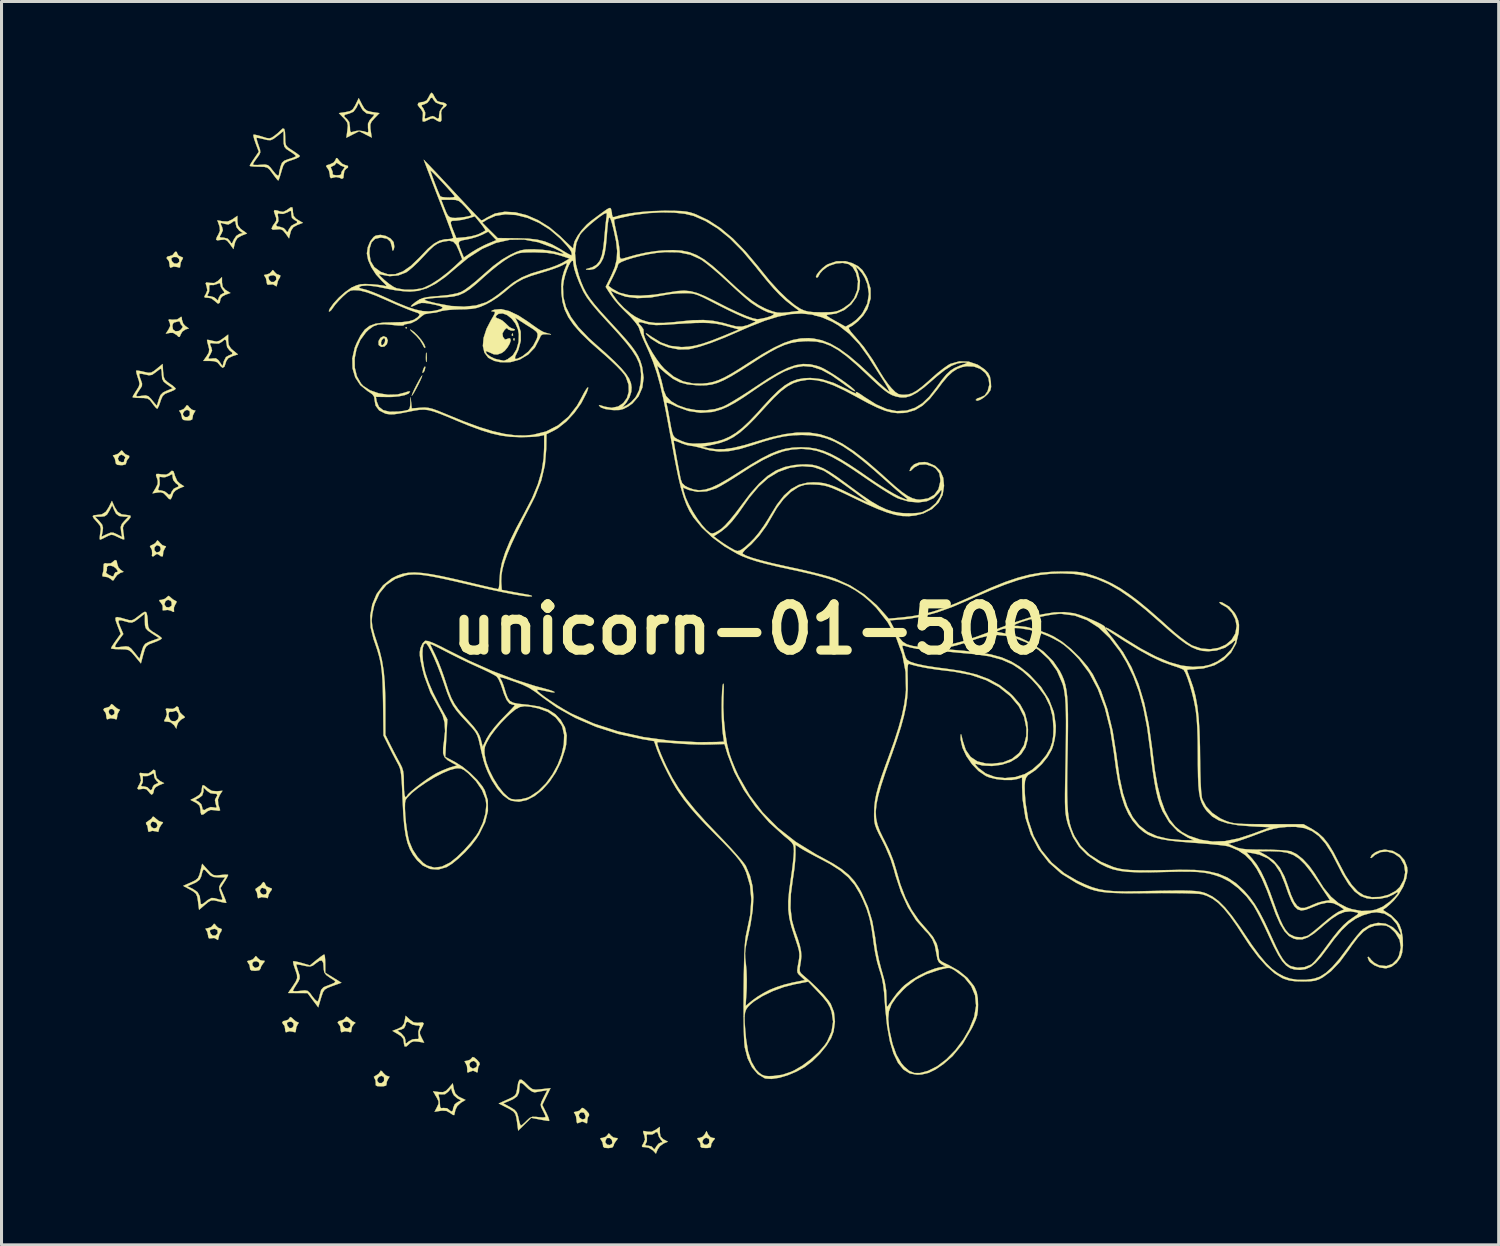
<source format=kicad_pcb>
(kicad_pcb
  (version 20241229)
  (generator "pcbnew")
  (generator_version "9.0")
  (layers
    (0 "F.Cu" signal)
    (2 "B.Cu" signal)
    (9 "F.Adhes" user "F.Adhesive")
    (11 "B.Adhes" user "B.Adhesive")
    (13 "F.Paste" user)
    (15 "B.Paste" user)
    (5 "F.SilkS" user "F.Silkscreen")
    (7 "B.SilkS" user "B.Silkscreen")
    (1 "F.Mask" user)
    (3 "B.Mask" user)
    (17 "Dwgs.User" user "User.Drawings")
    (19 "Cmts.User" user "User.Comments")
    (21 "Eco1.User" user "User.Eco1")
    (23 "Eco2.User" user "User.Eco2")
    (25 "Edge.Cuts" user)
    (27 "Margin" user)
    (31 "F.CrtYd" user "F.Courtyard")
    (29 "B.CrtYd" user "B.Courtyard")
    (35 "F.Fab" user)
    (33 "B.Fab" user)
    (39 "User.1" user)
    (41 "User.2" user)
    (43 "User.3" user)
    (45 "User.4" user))
  (footprint "unicorn-01-500"
    (layer "F.Cu")
    (at 21.638 17.683)
    (property "Reference" "unicorn-01-500" (at 0 0 0) (layer "F.SilkS") (effects (font (size 1.524 1.524) (thickness 0.3))))
    (attr through_hole)
    (fp_poly (pts (xy -11.278 -9.931) (xy -11.303 -9.906) (xy -11.328 -9.931) (xy -11.303 -9.957) (xy -11.278 -9.931)) (stroke (width 0.01) (type solid)) (fill yes) (layer "F.SilkS"))
    (fp_poly (pts (xy -7.789 -9.737) (xy -7.783 -9.676) (xy -7.789 -9.669) (xy -7.82 -9.676) (xy -7.823 -9.703) (xy -7.805 -9.745) (xy -7.789 -9.737)) (stroke (width 0.01) (type solid)) (fill yes) (layer "F.SilkS"))
    (fp_poly (pts (xy -7.739 -9.584) (xy -7.732 -9.524) (xy -7.739 -9.517) (xy -7.769 -9.524) (xy -7.772 -9.55) (xy -7.754 -9.592) (xy -7.739 -9.584)) (stroke (width 0.01) (type solid)) (fill yes) (layer "F.SilkS"))
    (fp_poly (pts (xy -10.672 -8.636) (xy -10.696 -8.528) (xy -10.719 -8.484) (xy -10.758 -8.443) (xy -10.765 -8.458) (xy -10.748 -8.54) (xy -10.716 -8.617) (xy -10.685 -8.657) (xy -10.672 -8.636)) (stroke (width 0.01) (type solid)) (fill yes) (layer "F.SilkS"))
    (fp_poly (pts (xy -10.632 -9.08) (xy -10.623 -8.93) (xy -10.632 -8.826) (xy -10.644 -8.805) (xy -10.652 -8.872) (xy -10.653 -8.966) (xy -10.65 -9.081) (xy -10.641 -9.115) (xy -10.632 -9.08)) (stroke (width 0.01) (type solid)) (fill yes) (layer "F.SilkS"))
    (fp_poly (pts (xy -11.151 -9.866) (xy -11.038 -9.786) (xy -10.917 -9.667) (xy -10.804 -9.531) (xy -10.718 -9.403) (xy -10.676 -9.304) (xy -10.682 -9.265) (xy -10.714 -9.29) (xy -10.763 -9.382) (xy -10.77 -9.398) (xy -10.846 -9.523) (xy -10.969 -9.666) (xy -11.043 -9.736) (xy -11.138 -9.825) (xy -11.174 -9.87) (xy -11.151 -9.866)) (stroke (width 0.01) (type solid)) (fill yes) (layer "F.SilkS"))
    (fp_poly (pts (xy -10.775 -8.357) (xy -10.797 -8.289) (xy -10.855 -8.16) (xy -10.938 -7.994) (xy -10.947 -7.976) (xy -11.03 -7.824) (xy -11.091 -7.724) (xy -11.119 -7.693) (xy -11.12 -7.696) (xy -11.098 -7.763) (xy -11.04 -7.893) (xy -10.957 -8.059) (xy -10.947 -8.077) (xy -10.865 -8.229) (xy -10.804 -8.329) (xy -10.775 -8.36) (xy -10.775 -8.357)) (stroke (width 0.01) (type solid)) (fill yes) (layer "F.SilkS"))
    (fp_poly (pts (xy -11.947 -9.612) (xy -11.91 -9.513) (xy -11.94 -9.394) (xy -12.022 -9.315) (xy -12.124 -9.302) (xy -12.202 -9.357) (xy -12.212 -9.376) (xy -12.213 -9.452) (xy -12.133 -9.452) (xy -12.126 -9.366) (xy -12.082 -9.358) (xy -12.022 -9.421) (xy -11.997 -9.497) (xy -12.004 -9.583) (xy -12.048 -9.59) (xy -12.108 -9.527) (xy -12.133 -9.452) (xy -12.213 -9.452) (xy -12.213 -9.494) (xy -12.152 -9.6) (xy -12.055 -9.651) (xy -12.043 -9.652) (xy -11.947 -9.612)) (stroke (width 0.01) (type solid)) (fill yes) (layer "F.SilkS"))
    (fp_poly (pts (xy -18.492 -7.366) (xy -18.453 -7.312) (xy -18.366 -7.234) (xy -18.3 -7.214) (xy -18.247 -7.2) (xy -18.278 -7.153) (xy -18.329 -7.054) (xy -18.339 -6.984) (xy -18.356 -6.91) (xy -18.426 -6.882) (xy -18.516 -6.88) (xy -18.639 -6.894) (xy -18.688 -6.94) (xy -18.694 -6.988) (xy -18.712 -7.06) (xy -18.658 -7.06) (xy -18.6 -6.991) (xy -18.512 -6.988) (xy -18.439 -7.05) (xy -18.434 -7.061) (xy -18.432 -7.163) (xy -18.451 -7.199) (xy -18.525 -7.229) (xy -18.606 -7.194) (xy -18.657 -7.117) (xy -18.658 -7.06) (xy -18.712 -7.06) (xy -18.723 -7.103) (xy -18.755 -7.153) (xy -18.785 -7.202) (xy -18.73 -7.214) (xy -18.637 -7.253) (xy -18.583 -7.312) (xy -18.533 -7.381) (xy -18.492 -7.366)) (stroke (width 0.01) (type solid)) (fill yes) (layer "F.SilkS"))
    (fp_poly (pts (xy -19.562 6.232) (xy -19.556 6.239) (xy -19.455 6.32) (xy -19.37 6.35) (xy -19.317 6.358) (xy -19.334 6.399) (xy -19.372 6.443) (xy -19.439 6.55) (xy -19.456 6.623) (xy -19.475 6.682) (xy -19.544 6.662) (xy -19.673 6.643) (xy -19.722 6.661) (xy -19.789 6.68) (xy -19.811 6.624) (xy -19.812 6.583) (xy -19.833 6.473) (xy -19.857 6.441) (xy -19.733 6.441) (xy -19.695 6.524) (xy -19.617 6.565) (xy -19.533 6.546) (xy -19.499 6.474) (xy -19.529 6.389) (xy -19.553 6.367) (xy -19.653 6.337) (xy -19.695 6.358) (xy -19.733 6.441) (xy -19.857 6.441) (xy -19.87 6.422) (xy -19.878 6.376) (xy -19.794 6.315) (xy -19.698 6.247) (xy -19.66 6.186) (xy -19.631 6.177) (xy -19.562 6.232)) (stroke (width 0.01) (type solid)) (fill yes) (layer "F.SilkS"))
    (fp_poly (pts (xy -16.224 10.799) (xy -16.203 10.833) (xy -16.112 10.907) (xy -16.042 10.922) (xy -15.969 10.929) (xy -15.978 10.967) (xy -16.02 11.015) (xy -16.085 11.116) (xy -16.104 11.183) (xy -16.144 11.238) (xy -16.271 11.257) (xy -16.283 11.257) (xy -16.405 11.246) (xy -16.449 11.205) (xy -16.448 11.174) (xy -16.467 11.068) (xy -16.501 11.011) (xy -16.376 11.011) (xy -16.362 11.092) (xy -16.296 11.153) (xy -16.258 11.162) (xy -16.169 11.126) (xy -16.14 11.074) (xy -16.154 10.982) (xy -16.236 10.939) (xy -16.327 10.952) (xy -16.376 11.011) (xy -16.501 11.011) (xy -16.504 11.006) (xy -16.544 10.942) (xy -16.501 10.923) (xy -16.468 10.922) (xy -16.357 10.882) (xy -16.309 10.833) (xy -16.263 10.771) (xy -16.224 10.799)) (stroke (width 0.01) (type solid)) (fill yes) (layer "F.SilkS"))
    (fp_poly (pts (xy -5.453 15.791) (xy -5.365 15.866) (xy -5.283 15.961) (xy -5.275 16.021) (xy -5.281 16.026) (xy -5.321 16.097) (xy -5.334 16.189) (xy -5.343 16.276) (xy -5.382 16.278) (xy -5.407 16.259) (xy -5.498 16.224) (xy -5.585 16.254) (xy -5.659 16.283) (xy -5.686 16.243) (xy -5.69 16.166) (xy -5.71 16.039) (xy -5.723 16.014) (xy -5.619 16.014) (xy -5.591 16.096) (xy -5.513 16.15) (xy -5.477 16.154) (xy -5.402 16.127) (xy -5.394 16.044) (xy -5.439 15.936) (xy -5.526 15.919) (xy -5.577 15.943) (xy -5.619 16.014) (xy -5.723 16.014) (xy -5.751 15.961) (xy -5.777 15.915) (xy -5.715 15.901) (xy -5.702 15.9) (xy -5.594 15.866) (xy -5.548 15.819) (xy -5.508 15.774) (xy -5.453 15.791)) (stroke (width 0.01) (type solid)) (fill yes) (layer "F.SilkS"))
    (fp_poly (pts (xy -1.356 16.651) (xy -1.278 16.739) (xy -1.204 16.764) (xy -1.135 16.77) (xy -1.141 16.805) (xy -1.192 16.864) (xy -1.251 16.961) (xy -1.257 17.03) (xy -1.271 17.076) (xy -1.368 17.095) (xy -1.429 17.097) (xy -1.559 17.087) (xy -1.604 17.055) (xy -1.6 17.025) (xy -1.61 16.935) (xy -1.645 16.878) (xy -1.542 16.878) (xy -1.538 16.918) (xy -1.481 16.987) (xy -1.392 16.99) (xy -1.321 16.928) (xy -1.316 16.918) (xy -1.32 16.819) (xy -1.341 16.785) (xy -1.421 16.757) (xy -1.5 16.796) (xy -1.542 16.878) (xy -1.645 16.878) (xy -1.658 16.858) (xy -1.713 16.789) (xy -1.691 16.766) (xy -1.635 16.764) (xy -1.53 16.723) (xy -1.467 16.651) (xy -1.406 16.537) (xy -1.356 16.651)) (stroke (width 0.01) (type solid)) (fill yes) (layer "F.SilkS"))
    (fp_poly (pts (xy -20.965 2.493) (xy -20.921 2.537) (xy -20.83 2.614) (xy -20.765 2.642) (xy -20.733 2.659) (xy -20.767 2.703) (xy -20.816 2.799) (xy -20.828 2.883) (xy -20.841 2.966) (xy -20.892 2.965) (xy -20.916 2.953) (xy -21.045 2.934) (xy -21.093 2.952) (xy -21.16 2.972) (xy -21.182 2.915) (xy -21.184 2.875) (xy -21.202 2.767) (xy -21.234 2.718) (xy -21.244 2.706) (xy -21.11 2.706) (xy -21.087 2.792) (xy -21.021 2.843) (xy -21.006 2.845) (xy -20.932 2.804) (xy -20.913 2.772) (xy -20.92 2.684) (xy -20.988 2.627) (xy -21.073 2.636) (xy -21.11 2.706) (xy -21.244 2.706) (xy -21.284 2.654) (xy -21.247 2.603) (xy -21.182 2.591) (xy -21.084 2.557) (xy -21.049 2.512) (xy -21.017 2.466) (xy -20.965 2.493)) (stroke (width 0.01) (type solid)) (fill yes) (layer "F.SilkS"))
    (fp_poly (pts (xy -15.072 12.806) (xy -15.028 12.85) (xy -14.937 12.927) (xy -14.872 12.954) (xy -14.841 12.971) (xy -14.874 13.015) (xy -14.923 13.112) (xy -14.935 13.195) (xy -14.948 13.278) (xy -15 13.278) (xy -15.023 13.266) (xy -15.152 13.247) (xy -15.201 13.265) (xy -15.267 13.284) (xy -15.29 13.228) (xy -15.291 13.187) (xy -15.309 13.079) (xy -15.342 13.03) (xy -15.351 13.018) (xy -15.231 13.018) (xy -15.209 13.077) (xy -15.144 13.149) (xy -15.063 13.137) (xy -15.015 13.072) (xy -15.02 12.98) (xy -15.092 12.931) (xy -15.172 12.939) (xy -15.23 12.968) (xy -15.231 13.018) (xy -15.351 13.018) (xy -15.392 12.966) (xy -15.354 12.915) (xy -15.289 12.903) (xy -15.191 12.869) (xy -15.156 12.824) (xy -15.124 12.779) (xy -15.072 12.806)) (stroke (width 0.01) (type solid)) (fill yes) (layer "F.SilkS"))
    (fp_poly (pts (xy -12.095 14.575) (xy -12.06 14.622) (xy -11.974 14.705) (xy -11.903 14.732) (xy -11.852 14.743) (xy -11.876 14.794) (xy -11.894 14.816) (xy -11.945 14.921) (xy -11.949 14.982) (xy -11.963 15.037) (xy -12.044 15.061) (xy -12.132 15.065) (xy -12.259 15.057) (xy -12.308 15.026) (xy -12.305 14.974) (xy -12.313 14.886) (xy -12.257 14.886) (xy -12.2 14.955) (xy -12.111 14.958) (xy -12.038 14.895) (xy -12.033 14.884) (xy -12.032 14.783) (xy -12.05 14.747) (xy -12.124 14.716) (xy -12.205 14.752) (xy -12.257 14.829) (xy -12.257 14.886) (xy -12.313 14.886) (xy -12.315 14.86) (xy -12.341 14.812) (xy -12.369 14.75) (xy -12.306 14.711) (xy -12.301 14.709) (xy -12.203 14.645) (xy -12.17 14.594) (xy -12.139 14.545) (xy -12.095 14.575)) (stroke (width 0.01) (type solid)) (fill yes) (layer "F.SilkS"))
    (fp_poly (pts (xy -4.591 16.641) (xy -4.569 16.675) (xy -4.479 16.749) (xy -4.409 16.764) (xy -4.336 16.771) (xy -4.345 16.809) (xy -4.386 16.857) (xy -4.452 16.958) (xy -4.47 17.025) (xy -4.511 17.08) (xy -4.638 17.099) (xy -4.65 17.099) (xy -4.772 17.088) (xy -4.815 17.047) (xy -4.815 17.016) (xy -4.833 16.91) (xy -4.854 16.875) (xy -4.742 16.875) (xy -4.739 16.917) (xy -4.682 16.986) (xy -4.594 17) (xy -4.523 16.957) (xy -4.51 16.926) (xy -4.526 16.829) (xy -4.594 16.766) (xy -4.677 16.766) (xy -4.701 16.782) (xy -4.742 16.875) (xy -4.854 16.875) (xy -4.87 16.848) (xy -4.911 16.784) (xy -4.868 16.765) (xy -4.835 16.764) (xy -4.724 16.724) (xy -4.676 16.675) (xy -4.63 16.613) (xy -4.591 16.641)) (stroke (width 0.01) (type solid)) (fill yes) (layer "F.SilkS"))
    (fp_poly (pts (xy -20.647 -5.869) (xy -20.622 -5.829) (xy -20.545 -5.756) (xy -20.495 -5.74) (xy -20.429 -5.709) (xy -20.437 -5.645) (xy -20.472 -5.613) (xy -20.517 -5.541) (xy -20.523 -5.494) (xy -20.55 -5.431) (xy -20.645 -5.407) (xy -20.701 -5.405) (xy -20.823 -5.416) (xy -20.872 -5.46) (xy -20.879 -5.512) (xy -20.903 -5.616) (xy -20.806 -5.616) (xy -20.765 -5.534) (xy -20.673 -5.5) (xy -20.603 -5.512) (xy -20.599 -5.537) (xy -20.59 -5.599) (xy -20.572 -5.615) (xy -20.558 -5.666) (xy -20.606 -5.714) (xy -20.69 -5.753) (xy -20.76 -5.714) (xy -20.761 -5.713) (xy -20.806 -5.616) (xy -20.903 -5.616) (xy -20.906 -5.628) (xy -20.94 -5.679) (xy -20.968 -5.728) (xy -20.907 -5.74) (xy -20.802 -5.778) (xy -20.745 -5.829) (xy -20.687 -5.89) (xy -20.647 -5.869)) (stroke (width 0.01) (type solid)) (fill yes) (layer "F.SilkS"))
    (fp_poly (pts (xy -15.957 8.372) (xy -15.951 8.406) (xy -15.908 8.473) (xy -15.822 8.514) (xy -15.734 8.545) (xy -15.733 8.588) (xy -15.771 8.633) (xy -15.835 8.739) (xy -15.85 8.807) (xy -15.868 8.865) (xy -15.94 8.845) (xy -15.94 8.845) (xy -16.07 8.827) (xy -16.118 8.846) (xy -16.182 8.866) (xy -16.204 8.809) (xy -16.205 8.769) (xy -16.226 8.658) (xy -16.25 8.625) (xy -16.127 8.625) (xy -16.088 8.709) (xy -16.01 8.749) (xy -15.926 8.73) (xy -15.892 8.658) (xy -15.922 8.573) (xy -15.946 8.551) (xy -16.046 8.521) (xy -16.088 8.542) (xy -16.127 8.625) (xy -16.25 8.625) (xy -16.263 8.606) (xy -16.271 8.561) (xy -16.187 8.5) (xy -16.091 8.435) (xy -16.053 8.38) (xy -16.014 8.333) (xy -16.002 8.331) (xy -15.957 8.372)) (stroke (width 0.01) (type solid)) (fill yes) (layer "F.SilkS"))
    (fp_poly (pts (xy -9.06 14.115) (xy -8.972 14.189) (xy -8.89 14.284) (xy -8.881 14.344) (xy -8.887 14.349) (xy -8.928 14.42) (xy -8.941 14.513) (xy -8.95 14.6) (xy -8.988 14.601) (xy -9.014 14.582) (xy -9.1 14.547) (xy -9.196 14.58) (xy -9.275 14.612) (xy -9.294 14.572) (xy -9.288 14.514) (xy -9.303 14.384) (xy -9.326 14.338) (xy -9.225 14.338) (xy -9.198 14.422) (xy -9.122 14.474) (xy -9.093 14.478) (xy -8.999 14.436) (xy -8.97 14.393) (xy -8.979 14.3) (xy -9.051 14.234) (xy -9.093 14.226) (xy -9.153 14.249) (xy -9.184 14.267) (xy -9.225 14.338) (xy -9.326 14.338) (xy -9.341 14.307) (xy -9.381 14.244) (xy -9.337 14.225) (xy -9.305 14.224) (xy -9.198 14.188) (xy -9.154 14.143) (xy -9.115 14.098) (xy -9.06 14.115)) (stroke (width 0.01) (type solid)) (fill yes) (layer "F.SilkS"))
    (fp_poly (pts (xy -19.457 -2.895) (xy -19.426 -2.854) (xy -19.34 -2.77) (xy -19.27 -2.743) (xy -19.218 -2.732) (xy -19.242 -2.681) (xy -19.26 -2.659) (xy -19.31 -2.548) (xy -19.314 -2.481) (xy -19.324 -2.401) (xy -19.384 -2.4) (xy -19.446 -2.449) (xy -19.515 -2.483) (xy -19.568 -2.449) (xy -19.649 -2.391) (xy -19.683 -2.42) (xy -19.674 -2.489) (xy -19.681 -2.603) (xy -19.599 -2.603) (xy -19.541 -2.536) (xy -19.52 -2.529) (xy -19.432 -2.551) (xy -19.389 -2.63) (xy -19.412 -2.723) (xy -19.416 -2.727) (xy -19.499 -2.766) (xy -19.536 -2.76) (xy -19.599 -2.694) (xy -19.599 -2.603) (xy -19.681 -2.603) (xy -19.681 -2.61) (xy -19.713 -2.67) (xy -19.748 -2.734) (xy -19.696 -2.769) (xy -19.671 -2.776) (xy -19.571 -2.833) (xy -19.534 -2.884) (xy -19.503 -2.929) (xy -19.457 -2.895)) (stroke (width 0.01) (type solid)) (fill yes) (layer "F.SilkS"))
    (fp_poly (pts (xy -19.087 -1.067) (xy -19.078 -1.056) (xy -18.985 -0.977) (xy -18.93 -0.949) (xy -18.866 -0.91) (xy -18.888 -0.85) (xy -18.905 -0.83) (xy -18.955 -0.719) (xy -18.958 -0.653) (xy -18.952 -0.574) (xy -18.989 -0.573) (xy -19.05 -0.608) (xy -19.157 -0.635) (xy -19.241 -0.627) (xy -19.322 -0.619) (xy -19.33 -0.665) (xy -19.324 -0.682) (xy -19.331 -0.783) (xy -19.365 -0.838) (xy -19.267 -0.838) (xy -19.264 -0.8) (xy -19.21 -0.728) (xy -19.12 -0.717) (xy -19.042 -0.767) (xy -19.03 -0.791) (xy -19.036 -0.891) (xy -19.066 -0.937) (xy -19.151 -0.97) (xy -19.23 -0.929) (xy -19.267 -0.838) (xy -19.365 -0.838) (xy -19.382 -0.865) (xy -19.442 -0.938) (xy -19.428 -0.963) (xy -19.369 -0.965) (xy -19.251 -1.002) (xy -19.199 -1.046) (xy -19.137 -1.099) (xy -19.087 -1.067)) (stroke (width 0.01) (type solid)) (fill yes) (layer "F.SilkS"))
    (fp_poly (pts (xy -17.596 9.732) (xy -17.574 9.766) (xy -17.498 9.84) (xy -17.447 9.855) (xy -17.38 9.884) (xy -17.396 9.955) (xy -17.42 9.985) (xy -17.463 10.069) (xy -17.484 10.16) (xy -17.505 10.241) (xy -17.539 10.227) (xy -17.544 10.219) (xy -17.628 10.175) (xy -17.709 10.182) (xy -17.8 10.19) (xy -17.829 10.131) (xy -17.831 10.095) (xy -17.856 9.975) (xy -17.86 9.969) (xy -17.771 9.969) (xy -17.749 10.029) (xy -17.681 10.098) (xy -17.589 10.098) (xy -17.519 10.031) (xy -17.512 10.011) (xy -17.525 9.916) (xy -17.607 9.873) (xy -17.704 9.888) (xy -17.768 9.919) (xy -17.771 9.969) (xy -17.86 9.969) (xy -17.892 9.916) (xy -17.918 9.869) (xy -17.856 9.855) (xy -17.843 9.855) (xy -17.731 9.817) (xy -17.681 9.766) (xy -17.634 9.704) (xy -17.596 9.732)) (stroke (width 0.01) (type solid)) (fill yes) (layer "F.SilkS"))
    (fp_poly (pts (xy -15.665 -11.807) (xy -15.644 -11.773) (xy -15.567 -11.699) (xy -15.517 -11.684) (xy -15.449 -11.655) (xy -15.465 -11.584) (xy -15.49 -11.554) (xy -15.532 -11.47) (xy -15.553 -11.379) (xy -15.575 -11.298) (xy -15.609 -11.312) (xy -15.614 -11.32) (xy -15.698 -11.364) (xy -15.779 -11.357) (xy -15.87 -11.35) (xy -15.899 -11.408) (xy -15.9 -11.444) (xy -15.925 -11.564) (xy -15.929 -11.571) (xy -15.841 -11.571) (xy -15.819 -11.51) (xy -15.751 -11.441) (xy -15.659 -11.441) (xy -15.589 -11.508) (xy -15.582 -11.528) (xy -15.595 -11.623) (xy -15.676 -11.667) (xy -15.773 -11.652) (xy -15.837 -11.62) (xy -15.841 -11.571) (xy -15.929 -11.571) (xy -15.961 -11.623) (xy -15.988 -11.67) (xy -15.926 -11.684) (xy -15.913 -11.684) (xy -15.801 -11.722) (xy -15.751 -11.773) (xy -15.704 -11.835) (xy -15.665 -11.807)) (stroke (width 0.01) (type solid)) (fill yes) (layer "F.SilkS"))
    (fp_poly (pts (xy -13.226 12.788) (xy -13.164 12.846) (xy -13.067 12.924) (xy -12.992 12.956) (xy -12.976 12.976) (xy -13.018 13.009) (xy -13.086 13.096) (xy -13.106 13.188) (xy -13.118 13.275) (xy -13.165 13.28) (xy -13.194 13.266) (xy -13.323 13.247) (xy -13.372 13.265) (xy -13.439 13.284) (xy -13.461 13.228) (xy -13.462 13.187) (xy -13.48 13.079) (xy -13.513 13.03) (xy -13.524 13.016) (xy -13.402 13.016) (xy -13.38 13.077) (xy -13.313 13.144) (xy -13.217 13.15) (xy -13.145 13.094) (xy -13.14 13.085) (xy -13.149 12.995) (xy -13.222 12.934) (xy -13.324 12.932) (xy -13.329 12.933) (xy -13.398 12.966) (xy -13.402 13.016) (xy -13.524 13.016) (xy -13.563 12.966) (xy -13.525 12.914) (xy -13.465 12.903) (xy -13.359 12.864) (xy -13.319 12.82) (xy -13.278 12.77) (xy -13.226 12.788)) (stroke (width 0.01) (type solid)) (fill yes) (layer "F.SilkS"))
    (fp_poly (pts (xy -18.863 -12.431) (xy -18.847 -12.376) (xy -18.804 -12.31) (xy -18.733 -12.276) (xy -18.658 -12.243) (xy -18.672 -12.194) (xy -18.683 -12.184) (xy -18.733 -12.085) (xy -18.745 -12.002) (xy -18.758 -11.919) (xy -18.81 -11.919) (xy -18.833 -11.931) (xy -18.962 -11.95) (xy -19.011 -11.932) (xy -19.077 -11.912) (xy -19.1 -11.969) (xy -19.101 -12.009) (xy -19.119 -12.118) (xy -19.152 -12.167) (xy -19.163 -12.181) (xy -19.041 -12.181) (xy -19.019 -12.12) (xy -18.951 -12.053) (xy -18.856 -12.047) (xy -18.783 -12.102) (xy -18.779 -12.112) (xy -18.788 -12.202) (xy -18.861 -12.262) (xy -18.963 -12.265) (xy -18.967 -12.264) (xy -19.036 -12.231) (xy -19.041 -12.181) (xy -19.163 -12.181) (xy -19.202 -12.231) (xy -19.164 -12.282) (xy -19.099 -12.294) (xy -19.002 -12.327) (xy -18.967 -12.37) (xy -18.915 -12.437) (xy -18.863 -12.431)) (stroke (width 0.01) (type solid)) (fill yes) (layer "F.SilkS"))
    (fp_poly (pts (xy -18.807 2.577) (xy -18.796 2.639) (xy -18.757 2.741) (xy -18.685 2.815) (xy -18.611 2.877) (xy -18.596 2.907) (xy -18.653 2.94) (xy -18.719 2.977) (xy -18.81 3.068) (xy -18.849 3.154) (xy -18.879 3.277) (xy -18.951 3.162) (xy -19.068 3.065) (xy -19.167 3.048) (xy -19.264 3.042) (xy -19.276 3.006) (xy -19.234 2.94) (xy -19.186 2.805) (xy -19.187 2.8) (xy -19.137 2.8) (xy -19.124 2.897) (xy -19.08 2.986) (xy -19.03 3.027) (xy -18.913 3.035) (xy -18.828 2.97) (xy -18.794 2.859) (xy -18.817 2.765) (xy -18.877 2.687) (xy -18.929 2.697) (xy -19.024 2.725) (xy -19.056 2.718) (xy -19.115 2.729) (xy -19.137 2.8) (xy -19.187 2.8) (xy -19.204 2.713) (xy -19.227 2.631) (xy -19.19 2.61) (xy -19.105 2.623) (xy -18.988 2.627) (xy -18.926 2.596) (xy -18.859 2.542) (xy -18.807 2.577)) (stroke (width 0.01) (type solid)) (fill yes) (layer "F.SilkS"))
    (fp_poly (pts (xy -18.696 -10.265) (xy -18.694 -10.199) (xy -18.65 -10.064) (xy -18.58 -9.99) (xy -18.466 -9.91) (xy -18.578 -9.877) (xy -18.679 -9.807) (xy -18.731 -9.719) (xy -18.767 -9.632) (xy -18.807 -9.634) (xy -18.862 -9.692) (xy -18.984 -9.766) (xy -19.088 -9.764) (xy -19.225 -9.738) (xy -19.136 -9.873) (xy -19.079 -9.989) (xy -19.079 -9.995) (xy -19.008 -9.995) (xy -18.988 -9.877) (xy -18.907 -9.817) (xy -18.797 -9.826) (xy -18.724 -9.876) (xy -18.664 -9.96) (xy -18.685 -9.996) (xy -18.739 -10.057) (xy -18.745 -10.093) (xy -18.777 -10.147) (xy -18.826 -10.14) (xy -18.92 -10.113) (xy -18.949 -10.109) (xy -18.989 -10.066) (xy -19.008 -9.995) (xy -19.079 -9.995) (xy -19.09 -10.086) (xy -19.105 -10.117) (xy -19.136 -10.191) (xy -19.103 -10.21) (xy -19.017 -10.197) (xy -18.855 -10.205) (xy -18.783 -10.248) (xy -18.718 -10.297) (xy -18.696 -10.265)) (stroke (width 0.01) (type solid)) (fill yes) (layer "F.SilkS"))
    (fp_poly (pts (xy -20.843 -2.254) (xy -20.828 -2.162) (xy -20.788 -2.038) (xy -20.722 -1.964) (xy -20.616 -1.889) (xy -20.722 -1.856) (xy -20.825 -1.787) (xy -20.895 -1.695) (xy -20.948 -1.61) (xy -20.992 -1.61) (xy -21.028 -1.647) (xy -21.128 -1.71) (xy -21.221 -1.727) (xy -21.309 -1.741) (xy -21.316 -1.794) (xy -21.308 -1.816) (xy -21.298 -1.857) (xy -21.193 -1.857) (xy -21.125 -1.803) (xy -21.003 -1.744) (xy -20.945 -1.743) (xy -20.93 -1.801) (xy -20.93 -1.803) (xy -20.889 -1.87) (xy -20.851 -1.88) (xy -20.804 -1.891) (xy -20.82 -1.94) (xy -20.861 -1.998) (xy -20.946 -2.066) (xy -21.047 -2.095) (xy -21.132 -2.085) (xy -21.17 -2.035) (xy -21.163 -2.002) (xy -21.17 -1.921) (xy -21.19 -1.901) (xy -21.193 -1.857) (xy -21.298 -1.857) (xy -21.28 -1.933) (xy -21.275 -2.05) (xy -21.269 -2.15) (xy -21.223 -2.176) (xy -21.162 -2.165) (xy -21.033 -2.171) (xy -20.98 -2.21) (xy -20.896 -2.28) (xy -20.843 -2.254)) (stroke (width 0.01) (type solid)) (fill yes) (layer "F.SilkS"))
    (fp_poly (pts (xy -13.575 -15.52) (xy -13.511 -15.439) (xy -13.502 -15.427) (xy -13.406 -15.332) (xy -13.309 -15.291) (xy -13.305 -15.291) (xy -13.221 -15.265) (xy -13.222 -15.211) (xy -13.284 -15.171) (xy -13.341 -15.101) (xy -13.36 -14.988) (xy -13.373 -14.869) (xy -13.421 -14.84) (xy -13.509 -14.881) (xy -13.616 -14.9) (xy -13.699 -14.881) (xy -13.785 -14.861) (xy -13.815 -14.907) (xy -13.818 -14.971) (xy -13.847 -15.108) (xy -13.897 -15.193) (xy -13.921 -15.226) (xy -13.789 -15.226) (xy -13.769 -15.167) (xy -13.764 -15.16) (xy -13.726 -15.066) (xy -13.73 -15.022) (xy -13.714 -14.974) (xy -13.611 -14.956) (xy -13.587 -14.956) (xy -13.481 -14.967) (xy -13.443 -14.994) (xy -13.445 -14.999) (xy -13.435 -15.065) (xy -13.383 -15.142) (xy -13.33 -15.216) (xy -13.357 -15.24) (xy -13.361 -15.24) (xy -13.449 -15.272) (xy -13.521 -15.324) (xy -13.59 -15.368) (xy -13.614 -15.353) (xy -13.657 -15.295) (xy -13.719 -15.265) (xy -13.789 -15.226) (xy -13.921 -15.226) (xy -13.943 -15.256) (xy -13.916 -15.29) (xy -13.823 -15.315) (xy -13.691 -15.378) (xy -13.636 -15.456) (xy -13.609 -15.524) (xy -13.575 -15.52)) (stroke (width 0.01) (type solid)) (fill yes) (layer "F.SilkS"))
    (fp_poly (pts (xy -2.946 16.574) (xy -2.925 16.713) (xy -2.845 16.8) (xy -2.814 16.818) (xy -2.681 16.889) (xy -2.821 16.946) (xy -2.944 17.036) (xy -3.018 17.143) (xy -3.074 17.282) (xy -3.171 17.175) (xy -3.305 17.09) (xy -3.417 17.069) (xy -3.52 17.063) (xy -3.536 17.029) (xy -3.517 16.997) (xy -3.434 16.997) (xy -3.386 17.016) (xy -3.332 17.018) (xy -3.216 17.047) (xy -3.166 17.101) (xy -3.135 17.143) (xy -3.094 17.104) (xy -3.064 17.05) (xy -2.988 16.954) (xy -2.912 16.916) (xy -2.858 16.908) (xy -2.875 16.868) (xy -2.913 16.823) (xy -2.979 16.718) (xy -2.997 16.646) (xy -3.027 16.571) (xy -3.091 16.576) (xy -3.127 16.616) (xy -3.198 16.651) (xy -3.282 16.649) (xy -3.368 16.645) (xy -3.382 16.699) (xy -3.372 16.746) (xy -3.372 16.87) (xy -3.404 16.942) (xy -3.434 16.997) (xy -3.517 16.997) (xy -3.486 16.944) (xy -3.432 16.815) (xy -3.455 16.687) (xy -3.495 16.573) (xy -3.486 16.533) (xy -3.412 16.545) (xy -3.365 16.558) (xy -3.22 16.564) (xy -3.086 16.499) (xy -2.946 16.401) (xy -2.946 16.574)) (stroke (width 0.01) (type solid)) (fill yes) (layer "F.SilkS"))
    (fp_poly (pts (xy -9.733 15.156) (xy -9.683 15.304) (xy -9.58 15.399) (xy -9.523 15.429) (xy -9.349 15.512) (xy -9.499 15.603) (xy -9.619 15.713) (xy -9.68 15.835) (xy -9.706 15.95) (xy -9.72 16.011) (xy -9.759 16.007) (xy -9.844 15.95) (xy -9.854 15.943) (xy -9.976 15.873) (xy -10.121 15.864) (xy -10.173 15.871) (xy -10.367 15.902) (xy -10.286 15.746) (xy -10.238 15.638) (xy -10.238 15.554) (xy -10.29 15.446) (xy -10.311 15.409) (xy -10.34 15.359) (xy -10.24 15.359) (xy -10.229 15.386) (xy -10.202 15.494) (xy -10.192 15.637) (xy -10.185 15.75) (xy -10.147 15.786) (xy -10.081 15.777) (xy -9.958 15.786) (xy -9.906 15.825) (xy -9.821 15.894) (xy -9.768 15.869) (xy -9.754 15.782) (xy -9.706 15.659) (xy -9.624 15.594) (xy -9.495 15.525) (xy -9.623 15.457) (xy -9.732 15.36) (xy -9.786 15.255) (xy -9.82 15.121) (xy -9.914 15.237) (xy -10.025 15.324) (xy -10.138 15.329) (xy -10.227 15.321) (xy -10.24 15.359) (xy -10.34 15.359) (xy -10.417 15.228) (xy -10.225 15.252) (xy -10.087 15.256) (xy -9.989 15.211) (xy -9.901 15.121) (xy -9.769 14.965) (xy -9.733 15.156)) (stroke (width 0.01) (type solid)) (fill yes) (layer "F.SilkS"))
    (fp_poly (pts (xy -17.88 5.211) (xy -17.844 5.244) (xy -17.708 5.328) (xy -17.54 5.341) (xy -17.356 5.325) (xy -17.446 5.462) (xy -17.507 5.61) (xy -17.496 5.776) (xy -17.45 5.909) (xy -17.435 5.967) (xy -17.475 5.984) (xy -17.591 5.968) (xy -17.598 5.966) (xy -17.745 5.955) (xy -17.85 5.997) (xy -17.901 6.039) (xy -17.99 6.105) (xy -18.049 6.115) (xy -18.05 6.113) (xy -18.076 6.042) (xy -18.085 5.936) (xy -18.111 5.819) (xy -18.208 5.732) (xy -18.247 5.71) (xy -18.409 5.626) (xy -18.408 5.626) (xy -18.255 5.626) (xy -18.145 5.685) (xy -18.059 5.764) (xy -18.034 5.835) (xy -18.011 5.944) (xy -17.947 5.961) (xy -17.879 5.916) (xy -17.747 5.861) (xy -17.658 5.871) (xy -17.567 5.887) (xy -17.548 5.854) (xy -17.578 5.763) (xy -17.605 5.631) (xy -17.579 5.57) (xy -17.527 5.482) (xy -17.551 5.424) (xy -17.63 5.422) (xy -17.756 5.404) (xy -17.859 5.332) (xy -17.983 5.215) (xy -17.983 5.349) (xy -18.023 5.478) (xy -18.119 5.554) (xy -18.255 5.626) (xy -18.408 5.626) (xy -18.259 5.549) (xy -18.117 5.458) (xy -18.05 5.36) (xy -18.035 5.245) (xy -18.021 5.154) (xy -17.974 5.142) (xy -17.88 5.211)) (stroke (width 0.01) (type solid)) (fill yes) (layer "F.SilkS"))
    (fp_poly (pts (xy -17.374 -11.425) (xy -17.351 -11.282) (xy -17.265 -11.185) (xy -17.234 -11.165) (xy -17.094 -11.079) (xy -17.259 -11.021) (xy -17.376 -10.957) (xy -17.425 -10.882) (xy -17.425 -10.879) (xy -17.447 -10.757) (xy -17.504 -10.726) (xy -17.585 -10.792) (xy -17.592 -10.801) (xy -17.727 -10.904) (xy -17.834 -10.922) (xy -17.937 -10.927) (xy -17.954 -10.962) (xy -17.936 -10.993) (xy -17.862 -10.993) (xy -17.813 -10.974) (xy -17.767 -10.973) (xy -17.641 -10.94) (xy -17.57 -10.888) (xy -17.515 -10.834) (xy -17.492 -10.87) (xy -17.485 -10.911) (xy -17.428 -11.013) (xy -17.367 -11.051) (xy -17.297 -11.084) (xy -17.311 -11.133) (xy -17.344 -11.172) (xy -17.409 -11.278) (xy -17.424 -11.347) (xy -17.439 -11.404) (xy -17.501 -11.392) (xy -17.531 -11.376) (xy -17.652 -11.34) (xy -17.726 -11.342) (xy -17.789 -11.339) (xy -17.795 -11.267) (xy -17.791 -11.245) (xy -17.798 -11.12) (xy -17.831 -11.049) (xy -17.862 -10.993) (xy -17.936 -10.993) (xy -17.907 -11.042) (xy -17.856 -11.164) (xy -17.879 -11.297) (xy -17.882 -11.303) (xy -17.912 -11.398) (xy -17.887 -11.427) (xy -17.786 -11.413) (xy -17.772 -11.411) (xy -17.627 -11.406) (xy -17.508 -11.474) (xy -17.492 -11.489) (xy -17.374 -11.6) (xy -17.374 -11.425)) (stroke (width 0.01) (type solid)) (fill yes) (layer "F.SilkS"))
    (fp_poly (pts (xy -11.185 12.866) (xy -11.058 12.956) (xy -10.925 12.973) (xy -10.884 12.968) (xy -10.766 12.958) (xy -10.726 12.989) (xy -10.757 13.076) (xy -10.801 13.153) (xy -10.851 13.255) (xy -10.85 13.339) (xy -10.797 13.458) (xy -10.797 13.458) (xy -10.711 13.625) (xy -10.908 13.591) (xy -11.053 13.58) (xy -11.148 13.615) (xy -11.199 13.662) (xy -11.298 13.751) (xy -11.356 13.747) (xy -11.378 13.65) (xy -11.379 13.613) (xy -11.399 13.498) (xy -11.474 13.409) (xy -11.568 13.347) (xy -11.756 13.236) (xy -11.722 13.223) (xy -11.598 13.223) (xy -11.463 13.321) (xy -11.353 13.448) (xy -11.328 13.55) (xy -11.324 13.64) (xy -11.293 13.645) (xy -11.222 13.585) (xy -11.095 13.516) (xy -10.991 13.504) (xy -10.904 13.504) (xy -10.887 13.45) (xy -10.899 13.394) (xy -10.902 13.254) (xy -10.874 13.162) (xy -10.844 13.087) (xy -10.883 13.059) (xy -10.965 13.056) (xy -11.094 13.031) (xy -11.176 12.98) (xy -11.255 12.929) (xy -11.312 12.969) (xy -11.328 13.058) (xy -11.375 13.149) (xy -11.463 13.189) (xy -11.598 13.223) (xy -11.722 13.223) (xy -11.572 13.166) (xy -11.441 13.098) (xy -11.376 13) (xy -11.355 12.917) (xy -11.321 12.738) (xy -11.185 12.866)) (stroke (width 0.01) (type solid)) (fill yes) (layer "F.SilkS"))
    (fp_poly (pts (xy -18.972 -5.203) (xy -18.933 -5.089) (xy -18.927 -5.06) (xy -18.848 -4.882) (xy -18.757 -4.796) (xy -18.619 -4.706) (xy -18.786 -4.638) (xy -18.906 -4.569) (xy -18.977 -4.49) (xy -18.98 -4.482) (xy -19.031 -4.335) (xy -19.073 -4.276) (xy -19.125 -4.298) (xy -19.198 -4.381) (xy -19.296 -4.481) (xy -19.394 -4.513) (xy -19.492 -4.504) (xy -19.664 -4.476) (xy -19.588 -4.599) (xy -19.484 -4.599) (xy -19.438 -4.574) (xy -19.388 -4.572) (xy -19.266 -4.542) (xy -19.202 -4.496) (xy -19.119 -4.426) (xy -19.061 -4.454) (xy -19.034 -4.525) (xy -18.966 -4.623) (xy -18.901 -4.658) (xy -18.81 -4.698) (xy -18.817 -4.752) (xy -18.898 -4.814) (xy -18.98 -4.916) (xy -18.999 -5.007) (xy -19.006 -5.096) (xy -19.046 -5.101) (xy -19.11 -5.059) (xy -19.252 -5.007) (xy -19.341 -5.011) (xy -19.426 -5.022) (xy -19.442 -4.975) (xy -19.429 -4.913) (xy -19.426 -4.772) (xy -19.454 -4.678) (xy -19.484 -4.599) (xy -19.588 -4.599) (xy -19.56 -4.646) (xy -19.493 -4.78) (xy -19.488 -4.889) (xy -19.506 -4.951) (xy -19.547 -5.066) (xy -19.536 -5.114) (xy -19.456 -5.115) (xy -19.365 -5.101) (xy -19.212 -5.093) (xy -19.12 -5.135) (xy -19.105 -5.151) (xy -19.026 -5.222) (xy -18.972 -5.203)) (stroke (width 0.01) (type solid)) (fill yes) (layer "F.SilkS"))
    (fp_poly (pts (xy -16.866 -13.444) (xy -16.844 -13.302) (xy -16.763 -13.196) (xy -16.707 -13.153) (xy -16.548 -13.039) (xy -16.728 -12.968) (xy -16.863 -12.891) (xy -16.933 -12.776) (xy -16.952 -12.711) (xy -16.996 -12.526) (xy -17.115 -12.694) (xy -17.203 -12.801) (xy -17.286 -12.84) (xy -17.404 -12.829) (xy -17.406 -12.829) (xy -17.527 -12.813) (xy -17.569 -12.839) (xy -17.54 -12.921) (xy -17.529 -12.94) (xy -17.447 -12.94) (xy -17.426 -12.908) (xy -17.326 -12.903) (xy -17.183 -12.868) (xy -17.113 -12.789) (xy -17.069 -12.717) (xy -17.038 -12.72) (xy -16.996 -12.809) (xy -16.986 -12.833) (xy -16.904 -12.958) (xy -16.805 -13.022) (xy -16.688 -13.053) (xy -16.802 -13.133) (xy -16.892 -13.242) (xy -16.916 -13.338) (xy -16.931 -13.439) (xy -16.981 -13.451) (xy -17.07 -13.384) (xy -17.165 -13.334) (xy -17.287 -13.357) (xy -17.29 -13.358) (xy -17.393 -13.388) (xy -17.418 -13.362) (xy -17.377 -13.265) (xy -17.37 -13.252) (xy -17.344 -13.147) (xy -17.395 -13.029) (xy -17.397 -13.027) (xy -17.447 -12.94) (xy -17.529 -12.94) (xy -17.493 -13.003) (xy -17.44 -13.128) (xy -17.45 -13.253) (xy -17.467 -13.309) (xy -17.525 -13.473) (xy -17.346 -13.44) (xy -17.183 -13.434) (xy -17.038 -13.499) (xy -17.017 -13.514) (xy -16.866 -13.621) (xy -16.866 -13.444)) (stroke (width 0.01) (type solid)) (fill yes) (layer "F.SilkS"))
    (fp_poly (pts (xy -15.038 -13.823) (xy -15.037 -13.752) (xy -15.017 -13.623) (xy -14.938 -13.531) (xy -14.872 -13.488) (xy -14.707 -13.39) (xy -14.889 -13.321) (xy -15.024 -13.247) (xy -15.096 -13.136) (xy -15.118 -13.064) (xy -15.164 -12.878) (xy -15.279 -13.04) (xy -15.368 -13.145) (xy -15.455 -13.182) (xy -15.571 -13.173) (xy -15.698 -13.164) (xy -15.74 -13.199) (xy -15.7 -13.289) (xy -15.674 -13.324) (xy -15.595 -13.324) (xy -15.559 -13.275) (xy -15.469 -13.259) (xy -15.339 -13.216) (xy -15.279 -13.154) (xy -15.23 -13.085) (xy -15.199 -13.099) (xy -15.166 -13.181) (xy -15.09 -13.29) (xy -15.001 -13.342) (xy -14.902 -13.388) (xy -14.9 -13.442) (xy -14.986 -13.487) (xy -15.067 -13.554) (xy -15.088 -13.67) (xy -15.093 -13.772) (xy -15.128 -13.788) (xy -15.212 -13.738) (xy -15.359 -13.684) (xy -15.446 -13.691) (xy -15.519 -13.705) (xy -15.537 -13.664) (xy -15.522 -13.573) (xy -15.513 -13.45) (xy -15.542 -13.388) (xy -15.595 -13.324) (xy -15.674 -13.324) (xy -15.649 -13.359) (xy -15.588 -13.456) (xy -15.585 -13.545) (xy -15.622 -13.651) (xy -15.661 -13.767) (xy -15.639 -13.811) (xy -15.545 -13.794) (xy -15.475 -13.769) (xy -15.357 -13.75) (xy -15.244 -13.804) (xy -15.223 -13.82) (xy -15.112 -13.899) (xy -15.057 -13.902) (xy -15.038 -13.823)) (stroke (width 0.01) (type solid)) (fill yes) (layer "F.SilkS"))
    (fp_poly (pts (xy -19.576 4.653) (xy -19.558 4.772) (xy -19.558 4.774) (xy -19.528 4.907) (xy -19.42 4.999) (xy -19.418 5) (xy -19.279 5.075) (xy -19.444 5.14) (xy -19.555 5.203) (xy -19.609 5.273) (xy -19.61 5.282) (xy -19.637 5.396) (xy -19.653 5.426) (xy -19.697 5.453) (xy -19.757 5.396) (xy -19.779 5.364) (xy -19.862 5.273) (xy -19.966 5.257) (xy -20.015 5.265) (xy -20.129 5.279) (xy -20.161 5.247) (xy -20.121 5.161) (xy -20.046 5.161) (xy -19.998 5.18) (xy -19.944 5.182) (xy -19.833 5.207) (xy -19.78 5.258) (xy -19.73 5.307) (xy -19.678 5.279) (xy -19.66 5.207) (xy -19.617 5.139) (xy -19.549 5.102) (xy -19.473 5.07) (xy -19.488 5.032) (xy -19.523 5.004) (xy -19.593 4.905) (xy -19.609 4.83) (xy -19.617 4.754) (xy -19.661 4.758) (xy -19.714 4.792) (xy -19.831 4.84) (xy -19.913 4.841) (xy -19.982 4.84) (xy -19.984 4.907) (xy -19.98 4.923) (xy -19.985 5.043) (xy -20.015 5.106) (xy -20.046 5.161) (xy -20.121 5.161) (xy -20.119 5.156) (xy -20.09 5.11) (xy -20.04 4.984) (xy -20.064 4.856) (xy -20.093 4.765) (xy -20.068 4.735) (xy -19.968 4.748) (xy -19.948 4.751) (xy -19.801 4.757) (xy -19.714 4.703) (xy -19.629 4.63) (xy -19.576 4.653)) (stroke (width 0.01) (type solid)) (fill yes) (layer "F.SilkS"))
    (fp_poly (pts (xy -17.171 -9.515) (xy -17.152 -9.365) (xy -17.079 -9.251) (xy -17.01 -9.189) (xy -16.848 -9.056) (xy -17.031 -8.996) (xy -17.169 -8.928) (xy -17.236 -8.827) (xy -17.247 -8.786) (xy -17.293 -8.65) (xy -17.353 -8.613) (xy -17.428 -8.675) (xy -17.453 -8.711) (xy -17.529 -8.795) (xy -17.633 -8.832) (xy -17.764 -8.839) (xy -17.99 -8.839) (xy -17.907 -8.956) (xy -17.816 -8.956) (xy -17.813 -8.911) (xy -17.734 -8.913) (xy -17.687 -8.921) (xy -17.574 -8.925) (xy -17.491 -8.864) (xy -17.449 -8.806) (xy -17.355 -8.661) (xy -17.312 -8.826) (xy -17.243 -8.965) (xy -17.144 -9.022) (xy -17.039 -9.063) (xy -17.034 -9.115) (xy -17.12 -9.183) (xy -17.204 -9.293) (xy -17.221 -9.398) (xy -17.239 -9.519) (xy -17.291 -9.543) (xy -17.375 -9.472) (xy -17.378 -9.469) (xy -17.478 -9.412) (xy -17.613 -9.415) (xy -17.735 -9.429) (xy -17.773 -9.404) (xy -17.744 -9.324) (xy -17.726 -9.29) (xy -17.7 -9.183) (xy -17.751 -9.066) (xy -17.816 -8.956) (xy -17.907 -8.956) (xy -17.878 -8.997) (xy -17.806 -9.118) (xy -17.795 -9.224) (xy -17.822 -9.337) (xy -17.855 -9.458) (xy -17.866 -9.529) (xy -17.864 -9.534) (xy -17.811 -9.531) (xy -17.699 -9.505) (xy -17.679 -9.5) (xy -17.553 -9.477) (xy -17.451 -9.504) (xy -17.339 -9.579) (xy -17.17 -9.708) (xy -17.171 -9.515)) (stroke (width 0.01) (type solid)) (fill yes) (layer "F.SilkS"))
    (fp_poly (pts (xy -12.759 -17.287) (xy -12.679 -17.153) (xy -12.593 -17.083) (xy -12.459 -17.047) (xy -12.417 -17.04) (xy -12.184 -17.005) (xy -12.347 -16.838) (xy -12.446 -16.724) (xy -12.486 -16.629) (xy -12.483 -16.501) (xy -12.474 -16.435) (xy -12.439 -16.2) (xy -12.646 -16.305) (xy -12.852 -16.41) (xy -13.063 -16.303) (xy -13.274 -16.195) (xy -13.241 -16.439) (xy -13.226 -16.594) (xy -13.247 -16.697) (xy -13.317 -16.794) (xy -13.364 -16.844) (xy -13.425 -16.907) (xy -13.352 -16.907) (xy -13.291 -16.839) (xy -13.259 -16.815) (xy -13.181 -16.711) (xy -13.157 -16.544) (xy -13.151 -16.419) (xy -13.124 -16.374) (xy -13.068 -16.387) (xy -12.947 -16.418) (xy -12.852 -16.427) (xy -12.712 -16.409) (xy -12.63 -16.384) (xy -12.567 -16.367) (xy -12.549 -16.407) (xy -12.561 -16.515) (xy -12.562 -16.658) (xy -12.502 -16.776) (xy -12.456 -16.828) (xy -12.375 -16.918) (xy -12.361 -16.958) (xy -12.41 -16.967) (xy -12.432 -16.967) (xy -12.606 -16.996) (xy -12.729 -17.096) (xy -12.786 -17.189) (xy -12.867 -17.347) (xy -12.945 -17.183) (xy -13.041 -17.051) (xy -13.184 -16.989) (xy -13.192 -16.988) (xy -13.32 -16.953) (xy -13.352 -16.907) (xy -13.425 -16.907) (xy -13.52 -17.005) (xy -13.297 -17.039) (xy -13.152 -17.071) (xy -13.062 -17.131) (xy -12.988 -17.25) (xy -12.97 -17.286) (xy -12.867 -17.5) (xy -12.759 -17.287)) (stroke (width 0.01) (type solid)) (fill yes) (layer "F.SilkS"))
    (fp_poly (pts (xy -10.421 -17.637) (xy -10.367 -17.535) (xy -10.363 -17.526) (xy -10.277 -17.402) (xy -10.192 -17.373) (xy -10.066 -17.35) (xy -10.008 -17.323) (xy -9.966 -17.28) (xy -10.001 -17.229) (xy -10.051 -17.19) (xy -10.13 -17.116) (xy -10.154 -17.019) (xy -10.145 -16.909) (xy -10.141 -16.768) (xy -10.183 -16.716) (xy -10.277 -16.751) (xy -10.332 -16.789) (xy -10.414 -16.833) (xy -10.5 -16.821) (xy -10.571 -16.787) (xy -10.698 -16.728) (xy -10.758 -16.731) (xy -10.766 -16.806) (xy -10.755 -16.886) (xy -10.752 -17.029) (xy -10.813 -17.137) (xy -10.85 -17.175) (xy -10.89 -17.228) (xy -10.792 -17.228) (xy -10.744 -17.17) (xy -10.678 -17.028) (xy -10.68 -16.944) (xy -10.695 -16.849) (xy -10.673 -16.822) (xy -10.59 -16.852) (xy -10.542 -16.874) (xy -10.429 -16.909) (xy -10.355 -16.878) (xy -10.352 -16.874) (xy -10.266 -16.818) (xy -10.221 -16.853) (xy -10.22 -16.937) (xy -10.198 -17.067) (xy -10.139 -17.165) (xy -10.079 -17.24) (xy -10.092 -17.276) (xy -10.191 -17.301) (xy -10.202 -17.303) (xy -10.328 -17.356) (xy -10.391 -17.43) (xy -10.443 -17.516) (xy -10.502 -17.503) (xy -10.539 -17.429) (xy -10.608 -17.345) (xy -10.701 -17.3) (xy -10.791 -17.27) (xy -10.792 -17.228) (xy -10.89 -17.228) (xy -10.924 -17.274) (xy -10.903 -17.34) (xy -10.787 -17.371) (xy -10.738 -17.373) (xy -10.63 -17.422) (xy -10.566 -17.526) (xy -10.512 -17.631) (xy -10.467 -17.678) (xy -10.465 -17.678) (xy -10.421 -17.637)) (stroke (width 0.01) (type solid)) (fill yes) (layer "F.SilkS"))
    (fp_poly (pts (xy -20.909 -4.023) (xy -20.81 -3.865) (xy -20.677 -3.783) (xy -20.485 -3.76) (xy -20.394 -3.744) (xy -20.383 -3.693) (xy -20.455 -3.598) (xy -20.516 -3.538) (xy -20.607 -3.437) (xy -20.639 -3.345) (xy -20.626 -3.21) (xy -20.622 -3.185) (xy -20.601 -3.051) (xy -20.596 -2.967) (xy -20.599 -2.956) (xy -20.649 -2.966) (xy -20.757 -3.013) (xy -20.811 -3.039) (xy -20.938 -3.099) (xy -21.025 -3.112) (xy -21.118 -3.079) (xy -21.184 -3.045) (xy -21.305 -2.984) (xy -21.383 -2.951) (xy -21.393 -2.949) (xy -21.403 -2.991) (xy -21.394 -3.102) (xy -21.384 -3.162) (xy -21.365 -3.308) (xy -21.39 -3.408) (xy -21.472 -3.512) (xy -21.492 -3.533) (xy -21.6 -3.655) (xy -21.625 -3.708) (xy -21.558 -3.708) (xy -21.415 -3.559) (xy -21.322 -3.444) (xy -21.294 -3.339) (xy -21.307 -3.229) (xy -21.341 -3.047) (xy -21.169 -3.129) (xy -21.045 -3.18) (xy -20.952 -3.179) (xy -20.833 -3.127) (xy -20.83 -3.125) (xy -20.663 -3.039) (xy -20.698 -3.227) (xy -20.711 -3.366) (xy -20.672 -3.469) (xy -20.593 -3.562) (xy -20.453 -3.708) (xy -20.603 -3.709) (xy -20.763 -3.73) (xy -20.864 -3.806) (xy -20.931 -3.938) (xy -20.989 -4.089) (xy -21.088 -3.899) (xy -21.163 -3.775) (xy -21.244 -3.721) (xy -21.37 -3.708) (xy -21.372 -3.708) (xy -21.558 -3.708) (xy -21.625 -3.708) (xy -21.633 -3.725) (xy -21.592 -3.755) (xy -21.526 -3.76) (xy -21.331 -3.785) (xy -21.197 -3.872) (xy -21.101 -4.023) (xy -21.001 -4.228) (xy -20.909 -4.023)) (stroke (width 0.01) (type solid)) (fill yes) (layer "F.SilkS"))
    (fp_poly (pts (xy -17.843 7.933) (xy -17.732 8.049) (xy -17.646 8.105) (xy -17.545 8.116) (xy -17.415 8.101) (xy -17.274 8.088) (xy -17.186 8.09) (xy -17.17 8.099) (xy -17.195 8.157) (xy -17.258 8.268) (xy -17.297 8.33) (xy -17.423 8.53) (xy -17.321 8.768) (xy -17.265 8.905) (xy -17.235 8.997) (xy -17.233 9.018) (xy -17.285 9.014) (xy -17.404 8.989) (xy -17.488 8.968) (xy -17.633 8.935) (xy -17.729 8.938) (xy -17.82 8.987) (xy -17.929 9.076) (xy -18.128 9.247) (xy -18.162 8.976) (xy -18.188 8.814) (xy -18.232 8.715) (xy -18.318 8.642) (xy -18.423 8.582) (xy -18.627 8.47) (xy -18.517 8.47) (xy -18.33 8.561) (xy -18.181 8.663) (xy -18.105 8.803) (xy -18.085 8.982) (xy -18.072 9.056) (xy -18.023 9.062) (xy -17.926 8.996) (xy -17.848 8.928) (xy -17.716 8.857) (xy -17.619 8.864) (xy -17.457 8.91) (xy -17.376 8.922) (xy -17.359 8.886) (xy -17.389 8.79) (xy -17.414 8.722) (xy -17.46 8.582) (xy -17.464 8.491) (xy -17.424 8.403) (xy -17.379 8.339) (xy -17.265 8.179) (xy -17.493 8.179) (xy -17.653 8.166) (xy -17.762 8.114) (xy -17.852 8.022) (xy -17.932 7.935) (xy -17.981 7.917) (xy -18.017 7.979) (xy -18.054 8.131) (xy -18.057 8.143) (xy -18.111 8.256) (xy -18.231 8.345) (xy -18.302 8.378) (xy -18.517 8.47) (xy -18.627 8.47) (xy -18.65 8.458) (xy -18.399 8.347) (xy -18.249 8.274) (xy -18.165 8.201) (xy -18.115 8.091) (xy -18.087 7.984) (xy -18.026 7.73) (xy -17.843 7.933)) (stroke (width 0.01) (type solid)) (fill yes) (layer "F.SilkS"))
    (fp_poly (pts (xy -7.411 14.916) (xy -7.339 14.988) (xy -7.224 15.101) (xy -7.136 15.159) (xy -7.035 15.175) (xy -6.88 15.162) (xy -6.844 15.158) (xy -6.548 15.125) (xy -6.683 15.401) (xy -6.819 15.678) (xy -6.685 15.941) (xy -6.621 16.081) (xy -6.59 16.177) (xy -6.596 16.205) (xy -6.668 16.196) (xy -6.804 16.174) (xy -6.912 16.154) (xy -7.183 16.102) (xy -7.397 16.313) (xy -7.612 16.523) (xy -7.645 16.275) (xy -7.673 16.088) (xy -7.708 15.97) (xy -7.77 15.892) (xy -7.88 15.821) (xy -7.986 15.766) (xy -8.255 15.628) (xy -8.247 15.625) (xy -8.103 15.625) (xy -7.874 15.751) (xy -7.734 15.838) (xy -7.657 15.926) (xy -7.615 16.054) (xy -7.602 16.117) (xy -7.57 16.257) (xy -7.537 16.344) (xy -7.522 16.358) (xy -7.468 16.324) (xy -7.375 16.24) (xy -7.338 16.202) (xy -7.237 16.108) (xy -7.147 16.069) (xy -7.021 16.071) (xy -6.947 16.08) (xy -6.808 16.091) (xy -6.722 16.083) (xy -6.708 16.07) (xy -6.731 16.001) (xy -6.787 15.884) (xy -6.804 15.85) (xy -6.857 15.744) (xy -6.871 15.663) (xy -6.843 15.57) (xy -6.776 15.432) (xy -6.654 15.192) (xy -6.82 15.219) (xy -6.962 15.243) (xy -7.07 15.263) (xy -7.153 15.238) (xy -7.267 15.158) (xy -7.321 15.107) (xy -7.448 14.986) (xy -7.524 14.944) (xy -7.561 14.98) (xy -7.57 15.075) (xy -7.587 15.269) (xy -7.651 15.396) (xy -7.782 15.488) (xy -7.865 15.526) (xy -8.103 15.625) (xy -8.247 15.625) (xy -7.966 15.5) (xy -7.807 15.426) (xy -7.717 15.363) (xy -7.673 15.285) (xy -7.649 15.163) (xy -7.645 15.139) (xy -7.613 14.947) (xy -7.572 14.851) (xy -7.509 14.843) (xy -7.411 14.916)) (stroke (width 0.01) (type solid)) (fill yes) (layer "F.SilkS"))
    (fp_poly (pts (xy -13.985 10.765) (xy -13.974 10.885) (xy -13.97 11.019) (xy -13.97 11.32) (xy -13.703 11.485) (xy -13.437 11.65) (xy -13.731 11.756) (xy -13.893 11.818) (xy -13.989 11.877) (xy -14.047 11.964) (xy -14.097 12.109) (xy -14.113 12.161) (xy -14.201 12.461) (xy -14.554 11.992) (xy -14.874 11.99) (xy -15.194 11.989) (xy -15.145 11.918) (xy -15.037 11.918) (xy -14.992 11.931) (xy -14.877 11.928) (xy -14.79 11.918) (xy -14.64 11.903) (xy -14.549 11.92) (xy -14.475 11.989) (xy -14.403 12.089) (xy -14.314 12.201) (xy -14.244 12.263) (xy -14.222 12.267) (xy -14.189 12.206) (xy -14.156 12.082) (xy -14.147 12.036) (xy -14.105 11.886) (xy -14.029 11.802) (xy -13.978 11.778) (xy -13.783 11.703) (xy -13.673 11.654) (xy -13.637 11.618) (xy -13.668 11.579) (xy -13.756 11.522) (xy -13.806 11.491) (xy -13.938 11.396) (xy -14.002 11.31) (xy -14.021 11.2) (xy -14.021 11.176) (xy -14.035 11) (xy -14.079 10.918) (xy -14.16 10.925) (xy -14.271 11.003) (xy -14.379 11.085) (xy -14.47 11.116) (xy -14.589 11.104) (xy -14.672 11.086) (xy -14.813 11.057) (xy -14.905 11.044) (xy -14.923 11.045) (xy -14.916 11.096) (xy -14.882 11.211) (xy -14.859 11.279) (xy -14.814 11.419) (xy -14.813 11.514) (xy -14.859 11.615) (xy -14.909 11.692) (xy -14.986 11.814) (xy -15.031 11.9) (xy -15.037 11.918) (xy -15.145 11.918) (xy -15.039 11.764) (xy -14.94 11.611) (xy -14.896 11.498) (xy -14.902 11.384) (xy -14.954 11.227) (xy -14.968 11.189) (xy -15.013 11.055) (xy -15.031 10.964) (xy -15.027 10.946) (xy -14.969 10.946) (xy -14.846 10.972) (xy -14.739 11.001) (xy -14.475 11.079) (xy -14.256 10.899) (xy -14.13 10.8) (xy -14.036 10.735) (xy -14.003 10.719) (xy -13.985 10.765)) (stroke (width 0.01) (type solid)) (fill yes) (layer "F.SilkS"))
    (fp_poly (pts (xy -19.874 -0.56) (xy -19.855 -0.524) (xy -19.831 -0.415) (xy -19.817 -0.26) (xy -19.816 -0.218) (xy -19.806 -0.087) (xy -19.766 -0.001) (xy -19.673 0.075) (xy -19.583 0.13) (xy -19.454 0.212) (xy -19.371 0.279) (xy -19.355 0.303) (xy -19.399 0.341) (xy -19.511 0.396) (xy -19.621 0.439) (xy -19.77 0.496) (xy -19.858 0.555) (xy -19.911 0.644) (xy -19.957 0.797) (xy -19.967 0.831) (xy -20.045 1.128) (xy -20.237 0.894) (xy -20.349 0.764) (xy -20.437 0.694) (xy -20.541 0.666) (xy -20.702 0.66) (xy -20.73 0.66) (xy -20.89 0.656) (xy -20.999 0.644) (xy -21.031 0.631) (xy -21.004 0.576) (xy -20.993 0.559) (xy -20.9 0.559) (xy -20.879 0.594) (xy -20.787 0.593) (xy -20.687 0.581) (xy -20.539 0.565) (xy -20.445 0.58) (xy -20.366 0.641) (xy -20.263 0.763) (xy -20.091 0.978) (xy -20.018 0.726) (xy -19.967 0.574) (xy -19.905 0.485) (xy -19.799 0.425) (xy -19.693 0.385) (xy -19.441 0.295) (xy -19.677 0.142) (xy -19.813 0.048) (xy -19.883 -0.029) (xy -19.91 -0.126) (xy -19.914 -0.264) (xy -19.914 -0.517) (xy -20.12 -0.353) (xy -20.248 -0.258) (xy -20.34 -0.219) (xy -20.436 -0.224) (xy -20.52 -0.247) (xy -20.687 -0.292) (xy -20.771 -0.292) (xy -20.785 -0.236) (xy -20.742 -0.113) (xy -20.725 -0.073) (xy -20.625 0.16) (xy -20.745 0.321) (xy -20.854 0.473) (xy -20.9 0.559) (xy -20.993 0.559) (xy -20.934 0.468) (xy -20.871 0.378) (xy -20.711 0.155) (xy -20.819 -0.126) (xy -20.876 -0.286) (xy -20.885 -0.373) (xy -20.834 -0.4) (xy -20.709 -0.376) (xy -20.569 -0.335) (xy -20.434 -0.297) (xy -20.341 -0.294) (xy -20.253 -0.335) (xy -20.128 -0.429) (xy -20.114 -0.44) (xy -19.986 -0.537) (xy -19.913 -0.574) (xy -19.874 -0.56)) (stroke (width 0.01) (type solid)) (fill yes) (layer "F.SilkS"))
    (fp_poly (pts (xy -19.314 -8.484) (xy -19.297 -8.324) (xy -19.255 -8.223) (xy -19.164 -8.14) (xy -19.098 -8.095) (xy -18.98 -8.009) (xy -18.908 -7.942) (xy -18.898 -7.922) (xy -18.941 -7.884) (xy -19.051 -7.834) (xy -19.113 -7.811) (xy -19.25 -7.756) (xy -19.329 -7.683) (xy -19.385 -7.556) (xy -19.402 -7.502) (xy -19.45 -7.365) (xy -19.493 -7.279) (xy -19.51 -7.264) (xy -19.557 -7.303) (xy -19.635 -7.398) (xy -19.666 -7.442) (xy -19.746 -7.547) (xy -19.826 -7.6) (xy -19.946 -7.618) (xy -20.053 -7.62) (xy -20.202 -7.624) (xy -20.299 -7.636) (xy -20.32 -7.646) (xy -20.298 -7.693) (xy -20.202 -7.693) (xy -20.173 -7.672) (xy -20.071 -7.682) (xy -20.023 -7.689) (xy -19.889 -7.703) (xy -19.8 -7.676) (xy -19.712 -7.59) (xy -19.675 -7.544) (xy -19.587 -7.437) (xy -19.531 -7.374) (xy -19.522 -7.366) (xy -19.503 -7.41) (xy -19.47 -7.52) (xy -19.456 -7.571) (xy -19.401 -7.714) (xy -19.312 -7.802) (xy -19.198 -7.856) (xy -18.995 -7.938) (xy -19.175 -8.06) (xy -19.293 -8.155) (xy -19.344 -8.252) (xy -19.355 -8.384) (xy -19.362 -8.51) (xy -19.379 -8.58) (xy -19.386 -8.585) (xy -19.441 -8.556) (xy -19.538 -8.482) (xy -19.563 -8.462) (xy -19.676 -8.382) (xy -19.779 -8.366) (xy -19.892 -8.39) (xy -20.017 -8.417) (xy -20.093 -8.42) (xy -20.099 -8.417) (xy -20.097 -8.359) (xy -20.062 -8.247) (xy -20.05 -8.219) (xy -20.007 -8.093) (xy -20.012 -8.011) (xy -20.051 -7.947) (xy -20.134 -7.824) (xy -20.177 -7.752) (xy -20.202 -7.693) (xy -20.298 -7.693) (xy -20.294 -7.701) (xy -20.23 -7.808) (xy -20.192 -7.866) (xy -20.116 -7.991) (xy -20.091 -8.083) (xy -20.112 -8.192) (xy -20.142 -8.279) (xy -20.184 -8.414) (xy -20.202 -8.503) (xy -20.2 -8.519) (xy -20.143 -8.52) (xy -20.023 -8.498) (xy -19.947 -8.48) (xy -19.803 -8.449) (xy -19.705 -8.456) (xy -19.609 -8.512) (xy -19.522 -8.581) (xy -19.329 -8.74) (xy -19.314 -8.484)) (stroke (width 0.01) (type solid)) (fill yes) (layer "F.SilkS"))
    (fp_poly (pts (xy -15.321 -16.484) (xy -15.297 -16.378) (xy -15.291 -16.218) (xy -15.287 -16.051) (xy -15.264 -15.95) (xy -15.203 -15.876) (xy -15.083 -15.795) (xy -15.062 -15.782) (xy -14.929 -15.692) (xy -14.834 -15.621) (xy -14.807 -15.594) (xy -14.836 -15.557) (xy -14.939 -15.506) (xy -15.057 -15.464) (xy -15.21 -15.412) (xy -15.3 -15.358) (xy -15.355 -15.274) (xy -15.402 -15.129) (xy -15.416 -15.08) (xy -15.463 -14.924) (xy -15.501 -14.816) (xy -15.519 -14.783) (xy -15.557 -14.82) (xy -15.634 -14.918) (xy -15.703 -15.011) (xy -15.799 -15.14) (xy -15.879 -15.208) (xy -15.979 -15.235) (xy -16.138 -15.24) (xy -16.163 -15.24) (xy -16.321 -15.245) (xy -16.429 -15.256) (xy -16.459 -15.269) (xy -16.438 -15.313) (xy -16.358 -15.313) (xy -16.312 -15.297) (xy -16.196 -15.296) (xy -16.107 -15.302) (xy -15.954 -15.311) (xy -15.859 -15.29) (xy -15.781 -15.219) (xy -15.714 -15.132) (xy -15.598 -14.99) (xy -15.525 -14.939) (xy -15.495 -14.979) (xy -15.494 -14.999) (xy -15.481 -15.087) (xy -15.449 -15.222) (xy -15.442 -15.246) (xy -15.397 -15.366) (xy -15.322 -15.436) (xy -15.186 -15.488) (xy -15.163 -15.494) (xy -15.029 -15.538) (xy -14.947 -15.577) (xy -14.935 -15.59) (xy -14.975 -15.634) (xy -15.074 -15.707) (xy -15.138 -15.748) (xy -15.257 -15.827) (xy -15.317 -15.901) (xy -15.339 -16.006) (xy -15.342 -16.145) (xy -15.342 -16.417) (xy -15.551 -16.251) (xy -15.678 -16.156) (xy -15.77 -16.115) (xy -15.87 -16.118) (xy -15.989 -16.147) (xy -16.128 -16.18) (xy -16.218 -16.194) (xy -16.235 -16.192) (xy -16.229 -16.14) (xy -16.195 -16.023) (xy -16.167 -15.942) (xy -16.119 -15.799) (xy -16.112 -15.708) (xy -16.15 -15.624) (xy -16.22 -15.528) (xy -16.304 -15.412) (xy -16.352 -15.33) (xy -16.358 -15.313) (xy -16.438 -15.313) (xy -16.433 -15.324) (xy -16.365 -15.433) (xy -16.309 -15.516) (xy -16.159 -15.734) (xy -16.26 -16.001) (xy -16.312 -16.151) (xy -16.338 -16.258) (xy -16.338 -16.293) (xy -16.28 -16.292) (xy -16.158 -16.263) (xy -16.057 -16.232) (xy -15.904 -16.185) (xy -15.809 -16.173) (xy -15.733 -16.198) (xy -15.655 -16.25) (xy -15.536 -16.344) (xy -15.447 -16.429) (xy -15.445 -16.431) (xy -15.37 -16.5) (xy -15.321 -16.484)) (stroke (width 0.01) (type solid)) (fill yes) (layer "F.SilkS"))
    (fp_poly (pts (xy -7.911 -10.482) (xy -7.604 -10.335) (xy -7.31 -10.145) (xy -7.102 -9.996) (xy -6.957 -9.896) (xy -6.855 -9.832) (xy -6.778 -9.792) (xy -6.705 -9.767) (xy -6.634 -9.747) (xy -6.538 -9.721) (xy -6.532 -9.712) (xy -6.621 -9.716) (xy -6.666 -9.72) (xy -6.795 -9.719) (xy -6.864 -9.677) (xy -6.909 -9.578) (xy -7.063 -9.282) (xy -7.286 -9.048) (xy -7.562 -8.884) (xy -7.875 -8.798) (xy -8.209 -8.799) (xy -8.4 -8.841) (xy -8.599 -8.945) (xy -8.724 -9.112) (xy -8.733 -9.149) (xy -8.687 -9.149) (xy -8.643 -9.069) (xy -8.532 -8.983) (xy -8.385 -8.913) (xy -8.293 -8.888) (xy -8.168 -8.863) (xy -8.097 -8.847) (xy -8.092 -8.845) (xy -8.044 -8.859) (xy -7.951 -8.899) (xy -7.938 -8.909) (xy -7.719 -8.909) (xy -7.656 -8.906) (xy -7.52 -8.969) (xy -7.463 -9) (xy -7.276 -9.147) (xy -7.113 -9.347) (xy -7.002 -9.562) (xy -6.979 -9.643) (xy -6.973 -9.73) (xy -7.008 -9.799) (xy -7.103 -9.876) (xy -7.197 -9.937) (xy -7.362 -10.04) (xy -7.513 -10.137) (xy -7.578 -10.179) (xy -7.714 -10.268) (xy -7.616 -10.076) (xy -7.53 -9.803) (xy -7.527 -9.503) (xy -7.605 -9.208) (xy -7.644 -9.126) (xy -7.712 -8.981) (xy -7.719 -8.909) (xy -7.938 -8.909) (xy -7.788 -9.025) (xy -7.667 -9.222) (xy -7.599 -9.463) (xy -7.591 -9.722) (xy -7.621 -9.883) (xy -7.705 -10.076) (xy -7.829 -10.235) (xy -7.975 -10.35) (xy -8.124 -10.407) (xy -8.257 -10.394) (xy -8.329 -10.34) (xy -8.358 -10.282) (xy -8.305 -10.246) (xy -8.259 -10.233) (xy -8.138 -10.172) (xy -8.016 -10.066) (xy -8.004 -10.053) (xy -7.903 -9.956) (xy -7.814 -9.908) (xy -7.801 -9.906) (xy -7.731 -9.883) (xy -7.722 -9.862) (xy -7.764 -9.838) (xy -7.849 -9.843) (xy -7.944 -9.878) (xy -7.976 -9.918) (xy -8.002 -9.92) (xy -8.066 -9.857) (xy -8.069 -9.853) (xy -8.131 -9.746) (xy -8.117 -9.644) (xy -8.107 -9.623) (xy -8.05 -9.545) (xy -7.991 -9.559) (xy -7.908 -9.587) (xy -7.877 -9.577) (xy -7.859 -9.514) (xy -7.894 -9.407) (xy -7.967 -9.283) (xy -8.059 -9.172) (xy -8.152 -9.103) (xy -8.295 -9.052) (xy -8.412 -9.057) (xy -8.547 -9.116) (xy -8.643 -9.155) (xy -8.687 -9.151) (xy -8.687 -9.149) (xy -8.733 -9.149) (xy -8.776 -9.333) (xy -8.753 -9.598) (xy -8.655 -9.899) (xy -8.508 -10.183) (xy -8.419 -10.335) (xy -8.379 -10.419) (xy -8.384 -10.458) (xy -8.43 -10.469) (xy -8.449 -10.47) (xy -8.501 -10.48) (xy -8.463 -10.505) (xy -8.391 -10.529) (xy -8.176 -10.547) (xy -7.911 -10.482)) (stroke (width 0.01) (type solid)) (fill yes) (layer "F.SilkS"))
    (fp_poly (pts (xy -10.551 -15.291) (xy -10.465 -15.2) (xy -10.322 -15.05) (xy -10.137 -14.852) (xy -9.922 -14.623) (xy -9.691 -14.374) (xy -9.622 -14.3) (xy -9.4 -14.062) (xy -9.2 -13.849) (xy -9.033 -13.674) (xy -8.91 -13.547) (xy -8.841 -13.479) (xy -8.83 -13.471) (xy -8.769 -13.487) (xy -8.666 -13.548) (xy -8.651 -13.558) (xy -8.377 -13.697) (xy -8.057 -13.755) (xy -7.706 -13.736) (xy -7.335 -13.643) (xy -6.957 -13.479) (xy -6.586 -13.248) (xy -6.233 -12.953) (xy -6.21 -12.93) (xy -6.05 -12.774) (xy -5.919 -12.649) (xy -5.832 -12.569) (xy -5.805 -12.548) (xy -5.793 -12.59) (xy -5.791 -12.636) (xy -5.754 -12.779) (xy -5.656 -12.959) (xy -5.517 -13.152) (xy -5.353 -13.331) (xy -5.224 -13.443) (xy -4.983 -13.623) (xy -4.811 -13.749) (xy -4.696 -13.83) (xy -4.625 -13.871) (xy -4.585 -13.881) (xy -4.564 -13.866) (xy -4.552 -13.838) (xy -4.525 -13.719) (xy -4.521 -13.656) (xy -4.497 -13.581) (xy -4.445 -13.582) (xy -4.221 -13.647) (xy -3.92 -13.703) (xy -3.567 -13.747) (xy -3.187 -13.776) (xy -2.803 -13.788) (xy -2.769 -13.788) (xy -2.471 -13.786) (xy -2.251 -13.778) (xy -2.084 -13.762) (xy -1.947 -13.734) (xy -1.816 -13.692) (xy -1.753 -13.668) (xy -1.342 -13.474) (xy -0.94 -13.21) (xy -0.537 -12.872) (xy -0.125 -12.45) (xy 0.304 -11.94) (xy 0.387 -11.834) (xy 0.677 -11.478) (xy 0.969 -11.157) (xy 1.25 -10.885) (xy 1.504 -10.675) (xy 1.691 -10.555) (xy 1.816 -10.499) (xy 1.951 -10.464) (xy 2.126 -10.446) (xy 2.369 -10.441) (xy 2.388 -10.441) (xy 2.623 -10.443) (xy 2.788 -10.455) (xy 2.911 -10.483) (xy 3.024 -10.532) (xy 3.104 -10.577) (xy 3.316 -10.729) (xy 3.456 -10.907) (xy 3.551 -11.145) (xy 3.562 -11.186) (xy 3.586 -11.465) (xy 3.52 -11.741) (xy 3.408 -11.936) (xy 3.275 -12.031) (xy 3.085 -12.07) (xy 2.868 -12.053) (xy 2.65 -11.981) (xy 2.55 -11.925) (xy 2.421 -11.824) (xy 2.331 -11.723) (xy 2.312 -11.686) (xy 2.264 -11.603) (xy 2.227 -11.582) (xy 2.199 -11.612) (xy 2.231 -11.688) (xy 2.308 -11.789) (xy 2.413 -11.896) (xy 2.53 -11.989) (xy 2.587 -12.023) (xy 2.879 -12.124) (xy 3.177 -12.125) (xy 3.391 -12.063) (xy 3.587 -11.962) (xy 3.73 -11.833) (xy 3.849 -11.645) (xy 3.893 -11.557) (xy 3.998 -11.226) (xy 4.001 -10.897) (xy 3.903 -10.57) (xy 3.882 -10.527) (xy 3.757 -10.335) (xy 3.587 -10.15) (xy 3.403 -10.003) (xy 3.282 -9.939) (xy 3.287 -9.896) (xy 3.351 -9.8) (xy 3.461 -9.672) (xy 3.486 -9.645) (xy 3.775 -9.303) (xy 4.07 -8.877) (xy 4.32 -8.458) (xy 4.445 -8.259) (xy 4.59 -8.058) (xy 4.691 -7.938) (xy 4.818 -7.811) (xy 4.922 -7.746) (xy 5.038 -7.723) (xy 5.099 -7.722) (xy 5.236 -7.733) (xy 5.369 -7.775) (xy 5.515 -7.856) (xy 5.69 -7.987) (xy 5.912 -8.178) (xy 6.027 -8.283) (xy 6.216 -8.448) (xy 6.402 -8.594) (xy 6.558 -8.703) (xy 6.629 -8.743) (xy 6.925 -8.826) (xy 7.232 -8.816) (xy 7.528 -8.716) (xy 7.755 -8.563) (xy 7.872 -8.444) (xy 7.933 -8.323) (xy 7.962 -8.15) (xy 7.962 -8.147) (xy 7.971 -7.983) (xy 7.948 -7.874) (xy 7.88 -7.775) (xy 7.842 -7.733) (xy 7.728 -7.632) (xy 7.611 -7.559) (xy 7.516 -7.528) (xy 7.469 -7.548) (xy 7.468 -7.559) (xy 7.512 -7.602) (xy 7.617 -7.637) (xy 7.62 -7.638) (xy 7.759 -7.703) (xy 7.856 -7.842) (xy 7.914 -8.063) (xy 7.885 -8.268) (xy 7.782 -8.443) (xy 7.617 -8.577) (xy 7.405 -8.655) (xy 7.158 -8.665) (xy 7.021 -8.639) (xy 6.855 -8.578) (xy 6.701 -8.48) (xy 6.541 -8.332) (xy 6.362 -8.12) (xy 6.199 -7.901) (xy 5.949 -7.589) (xy 5.709 -7.365) (xy 5.465 -7.219) (xy 5.2 -7.141) (xy 5.09 -7.126) (xy 4.888 -7.12) (xy 4.687 -7.144) (xy 4.47 -7.202) (xy 4.221 -7.301) (xy 3.921 -7.447) (xy 3.556 -7.645) (xy 3.136 -7.869) (xy 2.782 -8.034) (xy 2.482 -8.144) (xy 2.22 -8.205) (xy 1.986 -8.22) (xy 1.894 -8.214) (xy 1.665 -8.177) (xy 1.458 -8.11) (xy 1.258 -8.002) (xy 1.049 -7.844) (xy 0.816 -7.624) (xy 0.543 -7.333) (xy 0.499 -7.284) (xy 0.191 -6.948) (xy -0.072 -6.685) (xy -0.304 -6.482) (xy -0.521 -6.33) (xy -0.736 -6.219) (xy -0.965 -6.137) (xy -1.197 -6.081) (xy -1.549 -6.008) (xy -1.346 -5.964) (xy -1.094 -5.928) (xy -0.822 -5.932) (xy -0.514 -5.977) (xy -0.15 -6.065) (xy 0.183 -6.166) (xy 0.701 -6.319) (xy 1.162 -6.425) (xy 1.58 -6.48) (xy 1.966 -6.48) (xy 2.333 -6.422) (xy 2.694 -6.302) (xy 3.062 -6.117) (xy 3.449 -5.864) (xy 3.868 -5.538) (xy 4.331 -5.136) (xy 4.521 -4.963) (xy 4.805 -4.709) (xy 5.034 -4.521) (xy 5.221 -4.392) (xy 5.38 -4.313) (xy 5.525 -4.274) (xy 5.625 -4.267) (xy 5.893 -4.308) (xy 6.1 -4.427) (xy 6.237 -4.616) (xy 6.297 -4.867) (xy 6.299 -4.929) (xy 6.264 -5.139) (xy 6.151 -5.291) (xy 6.046 -5.359) (xy 5.823 -5.431) (xy 5.612 -5.421) (xy 5.437 -5.33) (xy 5.408 -5.301) (xy 5.318 -5.216) (xy 5.285 -5.213) (xy 5.312 -5.291) (xy 5.334 -5.333) (xy 5.437 -5.432) (xy 5.6 -5.494) (xy 5.783 -5.508) (xy 5.874 -5.492) (xy 6.127 -5.382) (xy 6.298 -5.217) (xy 6.394 -4.989) (xy 6.42 -4.725) (xy 6.374 -4.425) (xy 6.24 -4.168) (xy 6.026 -3.962) (xy 5.739 -3.815) (xy 5.483 -3.748) (xy 5.267 -3.724) (xy 5.048 -3.729) (xy 4.813 -3.768) (xy 4.546 -3.845) (xy 4.233 -3.963) (xy 3.861 -4.126) (xy 3.49 -4.302) (xy 3.174 -4.454) (xy 2.93 -4.567) (xy 2.743 -4.648) (xy 2.594 -4.701) (xy 2.466 -4.734) (xy 2.341 -4.753) (xy 2.212 -4.764) (xy 1.993 -4.772) (xy 1.835 -4.758) (xy 1.696 -4.717) (xy 1.605 -4.676) (xy 1.367 -4.518) (xy 1.129 -4.284) (xy 0.912 -3.996) (xy 0.787 -3.781) (xy 0.573 -3.414) (xy 0.327 -3.077) (xy 0.073 -2.801) (xy -0.021 -2.719) (xy -0.14 -2.611) (xy -0.21 -2.526) (xy -0.218 -2.488) (xy -0.11 -2.427) (xy 0.092 -2.353) (xy 0.38 -2.269) (xy 0.747 -2.176) (xy 1.185 -2.077) (xy 1.396 -2.032) (xy 1.737 -1.958) (xy 2.076 -1.877) (xy 2.39 -1.797) (xy 2.652 -1.724) (xy 2.828 -1.667) (xy 3.326 -1.442) (xy 3.791 -1.145) (xy 4.196 -0.795) (xy 4.305 -0.678) (xy 4.597 -0.346) (xy 4.978 -0.381) (xy 5.35 -0.424) (xy 5.7 -0.487) (xy 6.049 -0.576) (xy 6.417 -0.697) (xy 6.824 -0.857) (xy 7.292 -1.062) (xy 7.447 -1.133) (xy 7.978 -1.37) (xy 8.442 -1.557) (xy 8.858 -1.697) (xy 9.243 -1.797) (xy 9.615 -1.861) (xy 9.994 -1.893) (xy 10.312 -1.9) (xy 10.592 -1.898) (xy 10.802 -1.888) (xy 10.973 -1.866) (xy 11.135 -1.827) (xy 11.321 -1.768) (xy 11.391 -1.744) (xy 11.68 -1.632) (xy 11.955 -1.503) (xy 12.229 -1.348) (xy 12.514 -1.158) (xy 12.825 -0.924) (xy 13.172 -0.637) (xy 13.569 -0.289) (xy 13.799 -0.081) (xy 14.024 0.117) (xy 14.244 0.295) (xy 14.438 0.439) (xy 14.584 0.531) (xy 14.605 0.541) (xy 14.902 0.639) (xy 15.195 0.661) (xy 15.468 0.616) (xy 15.707 0.511) (xy 15.895 0.351) (xy 16.019 0.143) (xy 16.062 -0.105) (xy 16.062 -0.109) (xy 16.018 -0.332) (xy 15.906 -0.544) (xy 15.748 -0.71) (xy 15.649 -0.769) (xy 15.546 -0.826) (xy 15.496 -0.874) (xy 15.509 -0.896) (xy 15.583 -0.879) (xy 15.816 -0.743) (xy 16.002 -0.525) (xy 16.053 -0.432) (xy 16.114 -0.285) (xy 16.14 -0.147) (xy 16.137 0.024) (xy 16.127 0.125) (xy 16.043 0.476) (xy 15.876 0.775) (xy 15.635 1.015) (xy 15.327 1.19) (xy 14.962 1.294) (xy 14.628 1.321) (xy 14.502 1.326) (xy 14.432 1.339) (xy 14.427 1.344) (xy 14.444 1.401) (xy 14.488 1.521) (xy 14.528 1.623) (xy 14.628 1.908) (xy 14.707 2.208) (xy 14.767 2.541) (xy 14.81 2.92) (xy 14.838 3.362) (xy 14.854 3.881) (xy 14.857 4.166) (xy 14.864 4.654) (xy 14.875 5.045) (xy 14.892 5.338) (xy 14.913 5.532) (xy 14.929 5.601) (xy 15.055 5.839) (xy 15.261 6.057) (xy 15.525 6.236) (xy 15.672 6.304) (xy 15.776 6.343) (xy 15.875 6.373) (xy 15.984 6.395) (xy 16.119 6.409) (xy 16.296 6.418) (xy 16.532 6.423) (xy 16.842 6.425) (xy 17.12 6.426) (xy 18.263 6.426) (xy 18.535 6.577) (xy 18.741 6.71) (xy 18.921 6.872) (xy 19.087 7.081) (xy 19.253 7.353) (xy 19.433 7.705) (xy 19.435 7.708) (xy 19.65 8.117) (xy 19.857 8.428) (xy 20.058 8.645) (xy 20.255 8.771) (xy 20.512 8.832) (xy 20.794 8.823) (xy 21.068 8.752) (xy 21.304 8.625) (xy 21.437 8.498) (xy 21.568 8.264) (xy 21.616 8.013) (xy 21.583 7.771) (xy 21.468 7.56) (xy 21.431 7.519) (xy 21.239 7.386) (xy 21.021 7.327) (xy 20.805 7.345) (xy 20.618 7.439) (xy 20.572 7.482) (xy 20.502 7.54) (xy 20.472 7.533) (xy 20.472 7.532) (xy 20.518 7.44) (xy 20.633 7.353) (xy 20.789 7.289) (xy 20.95 7.264) (xy 21.209 7.308) (xy 21.429 7.429) (xy 21.592 7.612) (xy 21.68 7.839) (xy 21.692 7.96) (xy 21.653 8.211) (xy 21.549 8.488) (xy 21.394 8.754) (xy 21.241 8.941) (xy 21.108 9.07) (xy 20.995 9.169) (xy 20.93 9.213) (xy 20.885 9.25) (xy 20.914 9.274) (xy 21.153 9.425) (xy 21.351 9.623) (xy 21.423 9.73) (xy 21.494 9.921) (xy 21.534 10.166) (xy 21.542 10.426) (xy 21.515 10.663) (xy 21.464 10.818) (xy 21.332 10.998) (xy 21.162 11.124) (xy 20.984 11.176) (xy 20.972 11.176) (xy 20.781 11.148) (xy 20.597 11.074) (xy 20.459 10.973) (xy 20.422 10.922) (xy 20.381 10.819) (xy 20.398 10.792) (xy 20.459 10.849) (xy 20.491 10.893) (xy 20.594 10.991) (xy 20.741 11.069) (xy 20.77 11.078) (xy 20.999 11.101) (xy 21.197 11.03) (xy 21.352 10.873) (xy 21.411 10.757) (xy 21.472 10.49) (xy 21.432 10.24) (xy 21.293 10.008) (xy 21.234 9.944) (xy 21.104 9.828) (xy 20.992 9.771) (xy 20.851 9.754) (xy 20.806 9.754) (xy 20.602 9.773) (xy 20.419 9.84) (xy 20.242 9.964) (xy 20.058 10.156) (xy 19.854 10.426) (xy 19.758 10.566) (xy 19.46 10.968) (xy 19.17 11.272) (xy 18.901 11.472) (xy 18.77 11.541) (xy 18.646 11.582) (xy 18.494 11.602) (xy 18.281 11.607) (xy 18.237 11.607) (xy 17.981 11.6) (xy 17.788 11.573) (xy 17.622 11.521) (xy 17.558 11.493) (xy 17.316 11.342) (xy 17.05 11.106) (xy 16.772 10.796) (xy 16.492 10.423) (xy 16.335 10.185) (xy 16.073 9.781) (xy 15.845 9.46) (xy 15.642 9.209) (xy 15.455 9.021) (xy 15.273 8.884) (xy 15.087 8.789) (xy 14.928 8.736) (xy 14.819 8.721) (xy 14.62 8.71) (xy 14.341 8.701) (xy 13.992 8.697) (xy 13.585 8.696) (xy 13.249 8.698) (xy 12.769 8.702) (xy 12.376 8.701) (xy 12.057 8.693) (xy 11.795 8.677) (xy 11.578 8.651) (xy 11.39 8.612) (xy 11.218 8.559) (xy 11.047 8.489) (xy 10.862 8.402) (xy 10.774 8.357) (xy 10.286 8.056) (xy 9.873 7.687) (xy 9.537 7.254) (xy 9.28 6.761) (xy 9.103 6.21) (xy 9.009 5.605) (xy 8.993 5.222) (xy 8.992 4.882) (xy 8.835 4.937) (xy 8.648 4.97) (xy 8.406 4.97) (xy 8.149 4.941) (xy 7.917 4.886) (xy 7.798 4.838) (xy 7.558 4.673) (xy 7.339 4.445) (xy 7.156 4.18) (xy 7.027 3.903) (xy 6.967 3.638) (xy 6.965 3.565) (xy 6.97 3.474) (xy 6.981 3.461) (xy 7.003 3.533) (xy 7.035 3.676) (xy 7.138 3.984) (xy 7.296 4.209) (xy 7.516 4.355) (xy 7.803 4.426) (xy 7.999 4.435) (xy 8.36 4.391) (xy 8.661 4.271) (xy 8.893 4.081) (xy 9.052 3.828) (xy 9.131 3.518) (xy 9.135 3.265) (xy 9.058 2.89) (xy 8.884 2.54) (xy 8.612 2.214) (xy 8.602 2.205) (xy 8.235 1.91) (xy 7.808 1.68) (xy 7.314 1.51) (xy 6.743 1.398) (xy 6.515 1.371) (xy 6.182 1.331) (xy 5.861 1.282) (xy 5.578 1.227) (xy 5.359 1.172) (xy 5.283 1.146) (xy 5.25 1.145) (xy 5.23 1.185) (xy 5.22 1.28) (xy 5.218 1.446) (xy 5.224 1.694) (xy 5.224 1.982) (xy 5.206 2.261) (xy 5.166 2.549) (xy 5.099 2.86) (xy 5.003 3.212) (xy 4.874 3.619) (xy 4.709 4.098) (xy 4.649 4.264) (xy 4.479 4.747) (xy 4.347 5.149) (xy 4.252 5.484) (xy 4.193 5.768) (xy 4.17 6.012) (xy 4.181 6.231) (xy 4.226 6.439) (xy 4.303 6.649) (xy 4.412 6.875) (xy 4.46 6.967) (xy 4.617 7.29) (xy 4.749 7.624) (xy 4.826 7.874) (xy 4.98 8.406) (xy 5.152 8.857) (xy 5.352 9.247) (xy 5.592 9.595) (xy 5.843 9.884) (xy 6.052 10.133) (xy 6.181 10.368) (xy 6.24 10.613) (xy 6.248 10.756) (xy 6.256 10.847) (xy 6.291 10.912) (xy 6.376 10.973) (xy 6.529 11.048) (xy 6.571 11.067) (xy 6.908 11.257) (xy 7.191 11.49) (xy 7.399 11.749) (xy 7.432 11.808) (xy 7.499 11.971) (xy 7.533 12.16) (xy 7.541 12.378) (xy 7.535 12.566) (xy 7.513 12.718) (xy 7.465 12.87) (xy 7.381 13.059) (xy 7.328 13.165) (xy 7.036 13.661) (xy 6.699 14.069) (xy 6.4 14.331) (xy 6.138 14.51) (xy 5.91 14.62) (xy 5.689 14.672) (xy 5.533 14.681) (xy 5.291 14.638) (xy 5.081 14.508) (xy 4.902 14.288) (xy 4.754 13.978) (xy 4.635 13.576) (xy 4.545 13.079) (xy 4.52 12.842) (xy 4.581 12.842) (xy 4.61 13.146) (xy 4.625 13.237) (xy 4.724 13.675) (xy 4.851 14.025) (xy 5.01 14.297) (xy 5.103 14.407) (xy 5.272 14.554) (xy 5.439 14.625) (xy 5.632 14.625) (xy 5.878 14.559) (xy 5.896 14.553) (xy 6.197 14.402) (xy 6.502 14.168) (xy 6.795 13.867) (xy 7.059 13.514) (xy 7.253 13.179) (xy 7.413 12.779) (xy 7.476 12.408) (xy 7.443 12.066) (xy 7.315 11.757) (xy 7.091 11.481) (xy 6.772 11.242) (xy 6.764 11.237) (xy 6.672 11.185) (xy 6.595 11.162) (xy 6.503 11.166) (xy 6.364 11.198) (xy 6.238 11.233) (xy 5.829 11.372) (xy 5.489 11.547) (xy 5.188 11.777) (xy 5.076 11.883) (xy 4.843 12.136) (xy 4.689 12.363) (xy 4.604 12.59) (xy 4.581 12.842) (xy 4.52 12.842) (xy 4.483 12.487) (xy 4.472 12.321) (xy 4.447 11.987) (xy 4.417 11.727) (xy 4.377 11.513) (xy 4.323 11.318) (xy 4.293 11.231) (xy 4.217 10.97) (xy 4.148 10.644) (xy 4.093 10.291) (xy 4.087 10.237) (xy 4.032 9.846) (xy 3.964 9.52) (xy 3.873 9.224) (xy 3.747 8.922) (xy 3.645 8.712) (xy 3.474 8.425) (xy 3.266 8.178) (xy 3.002 7.954) (xy 2.666 7.739) (xy 2.406 7.6) (xy 2.174 7.48) (xy 1.959 7.365) (xy 1.787 7.27) (xy 1.689 7.211) (xy 1.524 7.102) (xy 1.524 7.425) (xy 1.514 7.631) (xy 1.489 7.888) (xy 1.452 8.148) (xy 1.443 8.204) (xy 1.372 8.732) (xy 1.36 9.192) (xy 1.409 9.598) (xy 1.496 9.906) (xy 1.602 10.205) (xy 1.671 10.435) (xy 1.708 10.617) (xy 1.718 10.776) (xy 1.704 10.935) (xy 1.692 11.005) (xy 1.666 11.169) (xy 1.666 11.268) (xy 1.7 11.334) (xy 1.771 11.399) (xy 2.009 11.606) (xy 2.241 11.827) (xy 2.447 12.042) (xy 2.606 12.231) (xy 2.685 12.344) (xy 2.793 12.621) (xy 2.825 12.934) (xy 2.782 13.253) (xy 2.699 13.477) (xy 2.543 13.728) (xy 2.326 13.993) (xy 2.078 14.237) (xy 1.83 14.427) (xy 1.555 14.579) (xy 1.266 14.7) (xy 0.985 14.783) (xy 0.736 14.82) (xy 0.541 14.807) (xy 0.508 14.797) (xy 0.282 14.659) (xy 0.092 14.436) (xy -0.053 14.139) (xy -0.146 13.779) (xy -0.149 13.759) (xy -0.162 13.619) (xy -0.173 13.392) (xy -0.181 13.091) (xy -0.185 12.772) (xy -0.152 12.772) (xy -0.149 12.962) (xy -0.13 13.221) (xy -0.105 13.493) (xy -0.039 13.91) (xy 0.071 14.25) (xy 0.221 14.507) (xy 0.322 14.611) (xy 0.418 14.683) (xy 0.514 14.719) (xy 0.644 14.729) (xy 0.81 14.722) (xy 1.095 14.682) (xy 1.374 14.588) (xy 1.486 14.537) (xy 1.753 14.381) (xy 2.026 14.176) (xy 2.279 13.947) (xy 2.481 13.717) (xy 2.565 13.594) (xy 2.714 13.26) (xy 2.764 12.933) (xy 2.717 12.615) (xy 2.658 12.454) (xy 2.569 12.302) (xy 2.434 12.131) (xy 2.292 11.977) (xy 1.946 11.614) (xy 1.494 11.701) (xy 1.138 11.792) (xy 0.777 11.926) (xy 0.441 12.088) (xy 0.16 12.265) (xy 0.038 12.365) (xy -0.044 12.448) (xy -0.102 12.533) (xy -0.137 12.635) (xy -0.152 12.772) (xy -0.185 12.772) (xy -0.185 12.731) (xy -0.186 12.327) (xy -0.183 11.891) (xy -0.183 11.862) (xy -0.177 11.387) (xy -0.169 11.002) (xy -0.16 10.694) (xy -0.147 10.452) (xy -0.132 10.263) (xy -0.112 10.114) (xy -0.088 9.995) (xy -0.082 9.971) (xy 0.035 9.409) (xy 0.071 8.902) (xy 0.027 8.442) (xy -0.098 8.019) (xy -0.158 7.885) (xy -0.231 7.752) (xy -0.327 7.611) (xy -0.458 7.45) (xy -0.635 7.254) (xy -0.868 7.012) (xy -1.061 6.818) (xy -1.418 6.455) (xy -1.711 6.143) (xy -1.952 5.867) (xy -2.153 5.613) (xy -2.327 5.366) (xy -2.411 5.237) (xy -2.541 5.014) (xy -2.684 4.743) (xy -2.826 4.457) (xy -2.948 4.188) (xy -3.037 3.968) (xy -3.046 3.941) (xy -3.12 3.725) (xy -3.031 3.725) (xy -3.027 3.787) (xy -2.984 3.924) (xy -2.906 4.123) (xy -2.799 4.368) (xy -2.722 4.534) (xy -2.539 4.89) (xy -2.331 5.232) (xy -2.086 5.577) (xy -1.794 5.939) (xy -1.442 6.333) (xy -1.063 6.731) (xy -0.817 6.987) (xy -0.59 7.231) (xy -0.392 7.452) (xy -0.237 7.634) (xy -0.136 7.765) (xy -0.108 7.811) (xy 0.027 8.13) (xy 0.109 8.465) (xy 0.138 8.832) (xy 0.116 9.247) (xy 0.043 9.724) (xy -0.028 10.058) (xy -0.086 10.322) (xy -0.121 10.518) (xy -0.136 10.677) (xy -0.132 10.827) (xy -0.113 11) (xy -0.11 11.024) (xy -0.089 11.253) (xy -0.08 11.535) (xy -0.083 11.819) (xy -0.087 11.91) (xy -0.118 12.415) (xy 0.109 12.229) (xy 0.278 12.108) (xy 0.491 11.98) (xy 0.674 11.885) (xy 0.9 11.795) (xy 1.168 11.709) (xy 1.422 11.647) (xy 1.423 11.646) (xy 1.835 11.565) (xy 1.705 11.445) (xy 1.631 11.375) (xy 1.592 11.318) (xy 1.582 11.245) (xy 1.597 11.126) (xy 1.628 10.957) (xy 1.649 10.824) (xy 1.654 10.71) (xy 1.639 10.59) (xy 1.598 10.437) (xy 1.528 10.225) (xy 1.495 10.127) (xy 1.391 9.801) (xy 1.322 9.517) (xy 1.289 9.245) (xy 1.287 8.959) (xy 1.316 8.628) (xy 1.366 8.269) (xy 1.406 7.99) (xy 1.439 7.723) (xy 1.463 7.496) (xy 1.473 7.338) (xy 1.473 7.321) (xy 1.47 7.194) (xy 1.449 7.102) (xy 1.394 7.021) (xy 1.288 6.924) (xy 1.156 6.817) (xy 0.659 6.368) (xy 0.21 5.854) (xy -0.177 5.295) (xy -0.489 4.71) (xy -0.708 4.137) (xy -0.815 3.785) (xy -1.305 3.801) (xy -1.569 3.803) (xy -1.886 3.794) (xy -2.21 3.777) (xy -2.404 3.762) (xy -2.64 3.742) (xy -2.837 3.728) (xy -2.974 3.722) (xy -3.03 3.725) (xy -3.031 3.725) (xy -3.12 3.725) (xy -3.132 3.689) (xy -3.534 3.621) (xy -4.304 3.455) (xy -5.039 3.221) (xy -5.724 2.927) (xy -6.345 2.579) (xy -6.812 2.244) (xy -7.049 2.063) (xy -7.254 1.931) (xy -7.467 1.828) (xy -7.706 1.737) (xy -7.944 1.655) (xy -8.099 1.605) (xy -8.186 1.583) (xy -8.219 1.587) (xy -8.209 1.615) (xy -8.192 1.638) (xy -8.145 1.725) (xy -8.093 1.864) (xy -8.08 1.905) (xy -8.013 2.123) (xy -7.955 2.271) (xy -7.883 2.366) (xy -7.779 2.423) (xy -7.621 2.456) (xy -7.39 2.481) (xy -7.296 2.49) (xy -6.92 2.549) (xy -6.622 2.651) (xy -6.386 2.803) (xy -6.214 2.987) (xy -6.072 3.233) (xy -6.013 3.5) (xy -6.033 3.808) (xy -6.067 3.964) (xy -6.197 4.358) (xy -6.372 4.716) (xy -6.583 5.031) (xy -6.818 5.294) (xy -7.071 5.497) (xy -7.329 5.63) (xy -7.585 5.685) (xy -7.827 5.655) (xy -7.92 5.616) (xy -8.108 5.476) (xy -8.3 5.258) (xy -8.478 4.982) (xy -8.528 4.887) (xy -8.621 4.692) (xy -8.693 4.512) (xy -8.755 4.317) (xy -8.815 4.076) (xy -8.835 3.987) (xy -8.726 3.987) (xy -8.718 4.127) (xy -8.717 4.14) (xy -8.664 4.382) (xy -8.562 4.65) (xy -8.424 4.924) (xy -8.264 5.179) (xy -8.096 5.394) (xy -7.932 5.545) (xy -7.849 5.593) (xy -7.704 5.618) (xy -7.512 5.603) (xy -7.317 5.556) (xy -7.221 5.515) (xy -6.948 5.331) (xy -6.7 5.083) (xy -6.485 4.787) (xy -6.309 4.463) (xy -6.181 4.126) (xy -6.109 3.795) (xy -6.098 3.486) (xy -6.159 3.218) (xy -6.19 3.15) (xy -6.375 2.91) (xy -6.633 2.726) (xy -6.943 2.611) (xy -7.205 2.555) (xy -7.4 2.537) (xy -7.558 2.565) (xy -7.708 2.646) (xy -7.88 2.789) (xy -7.988 2.89) (xy -8.177 3.084) (xy -8.361 3.3) (xy -8.51 3.5) (xy -8.551 3.563) (xy -8.652 3.741) (xy -8.707 3.87) (xy -8.726 3.987) (xy -8.835 3.987) (xy -8.869 3.835) (xy -8.914 3.641) (xy -8.96 3.5) (xy -9.026 3.381) (xy -9.128 3.253) (xy -9.284 3.086) (xy -9.295 3.073) (xy -9.497 2.857) (xy -9.647 2.679) (xy -9.762 2.513) (xy -9.856 2.331) (xy -9.946 2.108) (xy -10.047 1.818) (xy -10.061 1.775) (xy -10.166 1.478) (xy -10.277 1.192) (xy -10.387 0.933) (xy -10.489 0.715) (xy -10.576 0.555) (xy -10.629 0.485) (xy -10.516 0.485) (xy -10.494 0.54) (xy -10.438 0.66) (xy -10.358 0.823) (xy -10.343 0.854) (xy -10.251 1.056) (xy -10.149 1.315) (xy -10.052 1.589) (xy -10.006 1.729) (xy -9.909 2.03) (xy -9.817 2.264) (xy -9.714 2.459) (xy -9.582 2.647) (xy -9.403 2.856) (xy -9.267 3.004) (xy -9.081 3.213) (xy -8.957 3.378) (xy -8.881 3.521) (xy -8.845 3.632) (xy -8.784 3.872) (xy -8.648 3.6) (xy -8.548 3.438) (xy -8.395 3.237) (xy -8.211 3.025) (xy -8.117 2.926) (xy -7.958 2.764) (xy -7.83 2.629) (xy -7.747 2.538) (xy -7.722 2.507) (xy -7.763 2.491) (xy -7.794 2.489) (xy -7.898 2.451) (xy -7.993 2.331) (xy -8.083 2.122) (xy -8.126 1.987) (xy -8.19 1.802) (xy -8.259 1.649) (xy -8.318 1.562) (xy -8.399 1.51) (xy -8.551 1.43) (xy -8.751 1.333) (xy -8.941 1.247) (xy -9.228 1.115) (xy -9.553 0.959) (xy -9.863 0.804) (xy -9.995 0.736) (xy -10.199 0.63) (xy -10.365 0.547) (xy -10.477 0.496) (xy -10.516 0.485) (xy -10.629 0.485) (xy -10.641 0.468) (xy -10.663 0.457) (xy -10.724 0.503) (xy -10.759 0.628) (xy -10.768 0.814) (xy -10.751 1.041) (xy -10.708 1.29) (xy -10.67 1.442) (xy -10.566 1.749) (xy -10.421 2.086) (xy -10.224 2.473) (xy -10.104 2.692) (xy -9.947 2.972) (xy -9.981 3.589) (xy -10.015 4.207) (xy -9.694 4.377) (xy -9.445 4.534) (xy -9.195 4.737) (xy -8.969 4.96) (xy -8.792 5.179) (xy -8.715 5.31) (xy -8.613 5.64) (xy -8.61 5.992) (xy -8.704 6.366) (xy -8.897 6.759) (xy -8.994 6.911) (xy -9.157 7.123) (xy -9.359 7.345) (xy -9.577 7.552) (xy -9.787 7.724) (xy -9.963 7.836) (xy -9.97 7.84) (xy -10.246 7.92) (xy -10.512 7.902) (xy -10.758 7.787) (xy -10.943 7.616) (xy -11.075 7.441) (xy -11.18 7.253) (xy -11.261 7.039) (xy -11.322 6.783) (xy -11.367 6.47) (xy -11.399 6.085) (xy -11.408 5.9) (xy -11.345 5.9) (xy -11.334 6.124) (xy -11.312 6.373) (xy -11.279 6.622) (xy -11.239 6.847) (xy -11.202 6.995) (xy -11.089 7.264) (xy -10.927 7.511) (xy -10.739 7.705) (xy -10.616 7.788) (xy -10.38 7.857) (xy -10.129 7.825) (xy -9.864 7.694) (xy -9.843 7.68) (xy -9.633 7.511) (xy -9.402 7.287) (xy -9.179 7.039) (xy -8.994 6.799) (xy -8.924 6.69) (xy -8.78 6.388) (xy -8.691 6.078) (xy -8.662 5.788) (xy -8.685 5.6) (xy -8.803 5.305) (xy -9.003 5.011) (xy -9.258 4.75) (xy -9.395 4.641) (xy -9.5 4.591) (xy -9.612 4.583) (xy -9.673 4.589) (xy -9.868 4.641) (xy -10.109 4.744) (xy -10.377 4.884) (xy -10.648 5.049) (xy -10.902 5.224) (xy -11.116 5.396) (xy -11.27 5.552) (xy -11.323 5.628) (xy -11.342 5.727) (xy -11.345 5.9) (xy -11.408 5.9) (xy -11.422 5.614) (xy -11.422 5.612) (xy -11.436 5.269) (xy -11.45 5.01) (xy -11.466 4.82) (xy -11.485 4.682) (xy -11.511 4.579) (xy -11.545 4.495) (xy -11.572 4.444) (xy -11.651 4.297) (xy -11.754 4.1) (xy -11.859 3.892) (xy -11.868 3.874) (xy -12.051 3.505) (xy -12.065 2.426) (xy -12.073 2.006) (xy -12.086 1.666) (xy -12.107 1.385) (xy -12.14 1.142) (xy -12.189 0.916) (xy -12.255 0.685) (xy -12.342 0.428) (xy -12.377 0.33) (xy -12.475 -0.061) (xy -12.487 -0.449) (xy -12.42 -0.819) (xy -12.279 -1.156) (xy -12.067 -1.443) (xy -11.789 -1.666) (xy -11.74 -1.694) (xy -11.58 -1.772) (xy -11.415 -1.827) (xy -11.235 -1.859) (xy -11.028 -1.868) (xy -10.782 -1.852) (xy -10.486 -1.811) (xy -10.128 -1.744) (xy -9.696 -1.649) (xy -9.178 -1.528) (xy -9.151 -1.521) (xy -8.873 -1.455) (xy -8.629 -1.398) (xy -8.436 -1.354) (xy -8.312 -1.327) (xy -8.275 -1.321) (xy -8.249 -1.367) (xy -8.233 -1.484) (xy -8.229 -1.587) (xy -8.209 -1.879) (xy -8.149 -2.187) (xy -8.042 -2.524) (xy -7.886 -2.902) (xy -7.675 -3.334) (xy -7.418 -3.81) (xy -7.156 -4.314) (xy -6.966 -4.773) (xy -6.84 -5.206) (xy -6.773 -5.635) (xy -6.757 -5.98) (xy -6.756 -6.398) (xy -6.921 -6.361) (xy -7.046 -6.345) (xy -7.238 -6.334) (xy -7.466 -6.328) (xy -7.569 -6.328) (xy -7.876 -6.341) (xy -8.176 -6.38) (xy -8.49 -6.451) (xy -8.837 -6.558) (xy -9.237 -6.707) (xy -9.603 -6.857) (xy -9.937 -6.998) (xy -10.197 -7.102) (xy -10.4 -7.175) (xy -10.565 -7.218) (xy -10.712 -7.235) (xy -10.858 -7.23) (xy -11.022 -7.206) (xy -11.223 -7.166) (xy -11.26 -7.159) (xy -11.517 -7.109) (xy -11.7 -7.083) (xy -11.834 -7.079) (xy -11.945 -7.094) (xy -11.993 -7.107) (xy -12.194 -7.209) (xy -12.312 -7.368) (xy -12.344 -7.55) (xy -12.358 -7.657) (xy -12.414 -7.738) (xy -12.536 -7.824) (xy -12.572 -7.845) (xy -12.815 -8.042) (xy -12.982 -8.297) (xy -13.071 -8.596) (xy -13.078 -8.924) (xy -13.078 -8.925) (xy -13.001 -8.925) (xy -12.997 -8.617) (xy -12.928 -8.334) (xy -12.793 -8.097) (xy -12.717 -8.016) (xy -12.494 -7.872) (xy -12.211 -7.773) (xy -11.901 -7.725) (xy -11.599 -7.732) (xy -11.352 -7.795) (xy -11.24 -7.832) (xy -11.179 -7.834) (xy -11.176 -7.827) (xy -11.223 -7.765) (xy -11.352 -7.713) (xy -11.541 -7.674) (xy -11.771 -7.653) (xy -11.905 -7.651) (xy -12.303 -7.657) (xy -12.273 -7.499) (xy -12.202 -7.328) (xy -12.062 -7.217) (xy -11.849 -7.165) (xy -11.558 -7.17) (xy -11.367 -7.195) (xy -11.245 -7.223) (xy -11.189 -7.273) (xy -11.17 -7.379) (xy -11.167 -7.436) (xy -11.159 -7.645) (xy -11.139 -7.46) (xy -11.12 -7.275) (xy -10.83 -7.298) (xy -10.695 -7.304) (xy -10.571 -7.293) (xy -10.435 -7.26) (xy -10.261 -7.198) (xy -10.024 -7.101) (xy -9.982 -7.083) (xy -9.404 -6.847) (xy -8.899 -6.662) (xy -8.457 -6.526) (xy -8.066 -6.435) (xy -7.714 -6.388) (xy -7.389 -6.382) (xy -7.131 -6.405) (xy -6.693 -6.515) (xy -6.301 -6.715) (xy -5.958 -7) (xy -5.672 -7.366) (xy -5.533 -7.615) (xy -5.441 -7.791) (xy -5.367 -7.912) (xy -5.319 -7.969) (xy -5.304 -7.957) (xy -5.329 -7.867) (xy -5.361 -7.785) (xy -5.534 -7.449) (xy -5.763 -7.127) (xy -6.025 -6.844) (xy -6.3 -6.625) (xy -6.443 -6.542) (xy -6.68 -6.426) (xy -6.688 -5.944) (xy -6.733 -5.408) (xy -6.853 -4.895) (xy -7.056 -4.377) (xy -7.161 -4.166) (xy -7.432 -3.64) (xy -7.654 -3.192) (xy -7.832 -2.811) (xy -7.968 -2.488) (xy -8.066 -2.214) (xy -8.131 -1.978) (xy -8.165 -1.771) (xy -8.172 -1.583) (xy -8.169 -1.514) (xy -8.153 -1.295) (xy -7.823 -1.233) (xy -7.613 -1.194) (xy -7.41 -1.157) (xy -7.29 -1.136) (xy -7.185 -1.111) (xy -7.157 -1.088) (xy -7.173 -1.081) (xy -7.284 -1.079) (xy -7.485 -1.103) (xy -7.771 -1.151) (xy -8.134 -1.223) (xy -8.568 -1.315) (xy -9.064 -1.429) (xy -9.242 -1.471) (xy -9.717 -1.582) (xy -10.107 -1.668) (xy -10.423 -1.732) (xy -10.677 -1.775) (xy -10.883 -1.798) (xy -11.051 -1.805) (xy -11.196 -1.796) (xy -11.305 -1.778) (xy -11.663 -1.657) (xy -11.956 -1.459) (xy -12.182 -1.185) (xy -12.339 -0.837) (xy -12.368 -0.739) (xy -12.422 -0.489) (xy -12.439 -0.276) (xy -12.416 -0.064) (xy -12.35 0.184) (xy -12.293 0.356) (xy -12.183 0.696) (xy -12.102 1.029) (xy -12.045 1.376) (xy -12.009 1.761) (xy -11.992 2.208) (xy -11.989 2.561) (xy -11.989 3.483) (xy -11.813 3.837) (xy -11.706 4.047) (xy -11.596 4.256) (xy -11.508 4.419) (xy -11.443 4.549) (xy -11.404 4.676) (xy -11.385 4.835) (xy -11.379 5.057) (xy -11.379 5.092) (xy -11.374 5.307) (xy -11.359 5.46) (xy -11.336 5.533) (xy -11.328 5.537) (xy -11.279 5.504) (xy -11.278 5.494) (xy -11.238 5.438) (xy -11.134 5.34) (xy -10.983 5.216) (xy -10.806 5.08) (xy -10.62 4.946) (xy -10.446 4.83) (xy -10.303 4.745) (xy -10.293 4.74) (xy -10.105 4.653) (xy -9.914 4.577) (xy -9.832 4.549) (xy -9.627 4.489) (xy -9.779 4.409) (xy -9.943 4.312) (xy -10.042 4.214) (xy -10.086 4.089) (xy -10.085 3.913) (xy -10.059 3.711) (xy -10.022 3.364) (xy -10.036 3.08) (xy -10.104 2.833) (xy -10.221 2.61) (xy -10.503 2.094) (xy -10.706 1.549) (xy -10.775 1.282) (xy -10.827 1.043) (xy -10.853 0.874) (xy -10.854 0.748) (xy -10.834 0.637) (xy -10.826 0.609) (xy -10.763 0.468) (xy -10.683 0.387) (xy -10.671 0.382) (xy -10.575 0.393) (xy -10.399 0.459) (xy -10.146 0.579) (xy -9.999 0.656) (xy -9.236 1.037) (xy -8.477 1.373) (xy -7.741 1.655) (xy -7.05 1.875) (xy -6.833 1.933) (xy -6.611 1.994) (xy -6.469 2.043) (xy -6.409 2.074) (xy -6.434 2.085) (xy -6.549 2.071) (xy -6.75 2.029) (xy -6.888 2.002) (xy -6.979 1.995) (xy -6.994 1.999) (xy -6.972 2.042) (xy -6.878 2.125) (xy -6.73 2.237) (xy -6.542 2.367) (xy -6.332 2.504) (xy -6.116 2.637) (xy -5.909 2.754) (xy -5.842 2.789) (xy -5.12 3.11) (xy -4.33 3.366) (xy -3.485 3.556) (xy -2.596 3.676) (xy -1.678 3.725) (xy -1.089 3.718) (xy -0.831 3.708) (xy -0.869 3.442) (xy -0.886 3.265) (xy -0.898 3.033) (xy -0.905 2.771) (xy -0.906 2.5) (xy -0.901 2.244) (xy -0.892 2.026) (xy -0.877 1.869) (xy -0.863 1.803) (xy -0.845 1.8) (xy -0.837 1.889) (xy -0.841 2.061) (xy -0.847 2.184) (xy -0.854 2.569) (xy -0.834 2.989) (xy -0.791 3.41) (xy -0.728 3.797) (xy -0.652 4.105) (xy -0.576 4.321) (xy -0.472 4.576) (xy -0.362 4.817) (xy -0.351 4.84) (xy 0.011 5.469) (xy 0.441 6.036) (xy 0.946 6.546) (xy 1.532 7.006) (xy 2.204 7.42) (xy 2.39 7.52) (xy 2.761 7.723) (xy 3.053 7.911) (xy 3.282 8.099) (xy 3.466 8.302) (xy 3.622 8.536) (xy 3.698 8.673) (xy 3.909 9.143) (xy 4.056 9.628) (xy 4.151 10.163) (xy 4.166 10.287) (xy 4.208 10.578) (xy 4.274 10.901) (xy 4.349 11.196) (xy 4.37 11.265) (xy 4.465 11.607) (xy 4.513 11.901) (xy 4.521 12.091) (xy 4.524 12.266) (xy 4.531 12.393) (xy 4.541 12.446) (xy 4.541 12.446) (xy 4.577 12.407) (xy 4.65 12.305) (xy 4.725 12.191) (xy 4.863 12.005) (xy 5.032 11.816) (xy 5.119 11.734) (xy 5.335 11.571) (xy 5.597 11.412) (xy 5.873 11.277) (xy 6.127 11.181) (xy 6.255 11.149) (xy 6.471 11.113) (xy 6.339 11.044) (xy 6.255 10.98) (xy 6.205 10.88) (xy 6.172 10.711) (xy 6.171 10.707) (xy 6.118 10.431) (xy 6.033 10.219) (xy 5.898 10.034) (xy 5.795 9.93) (xy 5.497 9.589) (xy 5.231 9.162) (xy 5.002 8.662) (xy 4.818 8.103) (xy 4.78 7.956) (xy 4.661 7.579) (xy 4.487 7.169) (xy 4.392 6.978) (xy 4.272 6.746) (xy 4.193 6.576) (xy 4.146 6.442) (xy 4.123 6.316) (xy 4.116 6.171) (xy 4.116 6.082) (xy 4.123 5.866) (xy 4.146 5.654) (xy 4.19 5.428) (xy 4.259 5.171) (xy 4.357 4.865) (xy 4.489 4.492) (xy 4.571 4.269) (xy 4.77 3.716) (xy 4.924 3.237) (xy 5.038 2.819) (xy 5.115 2.445) (xy 5.159 2.102) (xy 5.166 2.005) (xy 5.154 1.412) (xy 5.045 0.833) (xy 4.949 0.57) (xy 5.043 0.57) (xy 5.051 0.593) (xy 5.085 0.7) (xy 5.113 0.805) (xy 5.155 0.93) (xy 5.195 1.003) (xy 5.301 1.073) (xy 5.505 1.14) (xy 5.805 1.205) (xy 6.197 1.266) (xy 6.465 1.299) (xy 7.02 1.381) (xy 7.492 1.495) (xy 7.896 1.646) (xy 8.249 1.84) (xy 8.566 2.085) (xy 8.69 2.202) (xy 8.927 2.478) (xy 9.081 2.758) (xy 9.164 3.073) (xy 9.186 3.307) (xy 9.176 3.635) (xy 9.103 3.898) (xy 8.962 4.116) (xy 8.838 4.235) (xy 8.606 4.374) (xy 8.315 4.467) (xy 7.998 4.508) (xy 7.688 4.491) (xy 7.493 4.442) (xy 7.446 4.436) (xy 7.469 4.48) (xy 7.551 4.571) (xy 7.794 4.754) (xy 8.094 4.867) (xy 8.428 4.907) (xy 8.777 4.872) (xy 9.081 4.775) (xy 9.332 4.626) (xy 9.578 4.408) (xy 9.788 4.151) (xy 9.919 3.923) (xy 9.985 3.731) (xy 10.019 3.509) (xy 10.027 3.277) (xy 10 2.885) (xy 9.909 2.533) (xy 9.746 2.201) (xy 9.5 1.867) (xy 9.313 1.661) (xy 9.006 1.38) (xy 8.684 1.164) (xy 8.325 1.005) (xy 7.912 0.893) (xy 7.425 0.822) (xy 7.304 0.811) (xy 7.012 0.785) (xy 6.709 0.756) (xy 6.436 0.728) (xy 6.271 0.71) (xy 6.051 0.686) (xy 5.847 0.668) (xy 5.697 0.661) (xy 5.682 0.66) (xy 5.521 0.645) (xy 5.488 0.638) (xy 6.311 0.638) (xy 6.364 0.647) (xy 6.5 0.662) (xy 6.7 0.681) (xy 6.945 0.702) (xy 7.036 0.709) (xy 7.539 0.761) (xy 7.959 0.832) (xy 8.315 0.929) (xy 8.625 1.06) (xy 8.906 1.229) (xy 9.178 1.445) (xy 9.25 1.51) (xy 9.612 1.899) (xy 9.875 2.308) (xy 10.039 2.734) (xy 10.103 3.177) (xy 10.098 3.39) (xy 10.069 3.612) (xy 10.017 3.834) (xy 9.969 3.972) (xy 9.834 4.207) (xy 9.647 4.44) (xy 9.439 4.639) (xy 9.275 4.751) (xy 9.186 4.81) (xy 9.126 4.887) (xy 9.09 4.997) (xy 9.076 5.159) (xy 9.081 5.388) (xy 9.103 5.7) (xy 9.103 5.706) (xy 9.194 6.282) (xy 9.37 6.809) (xy 9.629 7.281) (xy 9.967 7.692) (xy 10.38 8.04) (xy 10.795 8.283) (xy 11.063 8.409) (xy 11.3 8.504) (xy 11.528 8.57) (xy 11.769 8.613) (xy 12.044 8.636) (xy 12.376 8.643) (xy 12.787 8.638) (xy 12.802 8.637) (xy 13.306 8.626) (xy 13.721 8.619) (xy 14.055 8.615) (xy 14.322 8.615) (xy 14.53 8.62) (xy 14.692 8.629) (xy 14.818 8.644) (xy 14.92 8.664) (xy 15.008 8.689) (xy 15.061 8.709) (xy 15.265 8.81) (xy 15.468 8.959) (xy 15.678 9.168) (xy 15.905 9.445) (xy 16.16 9.8) (xy 16.292 10) (xy 16.568 10.41) (xy 16.809 10.738) (xy 17.025 10.996) (xy 17.226 11.194) (xy 17.423 11.34) (xy 17.626 11.446) (xy 17.828 11.516) (xy 18.071 11.555) (xy 18.346 11.555) (xy 18.609 11.518) (xy 18.81 11.45) (xy 19.003 11.326) (xy 19.211 11.135) (xy 19.442 10.87) (xy 19.704 10.522) (xy 19.713 10.509) (xy 19.867 10.301) (xy 20.016 10.112) (xy 20.143 9.964) (xy 20.218 9.888) (xy 20.464 9.737) (xy 20.724 9.677) (xy 20.978 9.706) (xy 21.209 9.823) (xy 21.338 9.945) (xy 21.43 10.05) (xy 21.471 10.08) (xy 21.471 10.042) (xy 21.461 10.008) (xy 21.337 9.72) (xy 21.157 9.506) (xy 20.932 9.372) (xy 20.672 9.327) (xy 20.494 9.348) (xy 20.224 9.426) (xy 19.983 9.539) (xy 19.756 9.698) (xy 19.528 9.915) (xy 19.285 10.203) (xy 19.051 10.518) (xy 18.841 10.797) (xy 18.662 10.996) (xy 18.501 11.126) (xy 18.341 11.199) (xy 18.169 11.226) (xy 18.13 11.226) (xy 17.965 11.213) (xy 17.822 11.168) (xy 17.692 11.08) (xy 17.565 10.939) (xy 17.433 10.734) (xy 17.286 10.455) (xy 17.116 10.092) (xy 17.093 10.041) (xy 16.968 9.774) (xy 16.838 9.512) (xy 16.718 9.283) (xy 16.622 9.116) (xy 16.613 9.102) (xy 16.386 8.804) (xy 16.117 8.536) (xy 15.832 8.32) (xy 15.559 8.179) (xy 15.366 8.111) (xy 15.185 8.06) (xy 14.997 8.024) (xy 14.786 8.001) (xy 14.533 7.99) (xy 14.221 7.989) (xy 13.833 7.997) (xy 13.64 8.002) (xy 13.17 8.013) (xy 12.785 8.011) (xy 12.47 7.996) (xy 12.21 7.963) (xy 11.987 7.913) (xy 11.788 7.841) (xy 11.595 7.746) (xy 11.498 7.69) (xy 11.143 7.443) (xy 10.871 7.17) (xy 10.667 6.849) (xy 10.513 6.459) (xy 10.478 6.337) (xy 10.448 6.21) (xy 10.426 6.073) (xy 10.413 5.908) (xy 10.406 5.698) (xy 10.406 5.426) (xy 10.411 5.074) (xy 10.414 4.953) (xy 10.426 4.34) (xy 10.434 3.819) (xy 10.438 3.38) (xy 10.439 3.015) (xy 10.435 2.714) (xy 10.426 2.468) (xy 10.412 2.266) (xy 10.392 2.101) (xy 10.368 1.962) (xy 10.337 1.84) (xy 10.324 1.797) (xy 10.14 1.371) (xy 9.872 0.995) (xy 9.532 0.679) (xy 9.128 0.434) (xy 8.779 0.298) (xy 8.461 0.219) (xy 8.175 0.19) (xy 7.89 0.213) (xy 7.575 0.291) (xy 7.33 0.374) (xy 7.086 0.457) (xy 6.846 0.528) (xy 6.646 0.578) (xy 6.554 0.594) (xy 6.412 0.613) (xy 6.325 0.631) (xy 6.311 0.638) (xy 5.488 0.638) (xy 5.329 0.606) (xy 5.262 0.588) (xy 5.12 0.548) (xy 5.054 0.542) (xy 5.043 0.57) (xy 4.949 0.57) (xy 4.844 0.279) (xy 4.557 -0.238) (xy 4.515 -0.291) (xy 4.633 -0.291) (xy 4.818 0.066) (xy 4.938 0.275) (xy 5.057 0.414) (xy 5.2 0.501) (xy 5.395 0.555) (xy 5.616 0.585) (xy 5.92 0.6) (xy 6.248 0.576) (xy 6.613 0.511) (xy 7.027 0.403) (xy 7.501 0.247) (xy 7.938 0.083) (xy 8.125 0.083) (xy 8.463 0.146) (xy 8.904 0.271) (xy 9.323 0.474) (xy 9.7 0.74) (xy 10.016 1.056) (xy 10.231 1.371) (xy 10.306 1.518) (xy 10.367 1.665) (xy 10.415 1.824) (xy 10.452 2.006) (xy 10.478 2.223) (xy 10.494 2.486) (xy 10.503 2.807) (xy 10.504 3.196) (xy 10.499 3.667) (xy 10.491 4.115) (xy 10.481 4.652) (xy 10.477 5.1) (xy 10.479 5.469) (xy 10.487 5.773) (xy 10.504 6.022) (xy 10.53 6.229) (xy 10.565 6.406) (xy 10.612 6.564) (xy 10.671 6.715) (xy 10.718 6.819) (xy 10.925 7.144) (xy 11.219 7.429) (xy 11.59 7.666) (xy 11.983 7.832) (xy 12.105 7.87) (xy 12.232 7.899) (xy 12.377 7.921) (xy 12.551 7.937) (xy 12.769 7.945) (xy 13.041 7.948) (xy 13.381 7.945) (xy 13.8 7.938) (xy 14.173 7.93) (xy 14.674 7.934) (xy 15.095 7.974) (xy 15.452 8.056) (xy 15.761 8.186) (xy 16.038 8.369) (xy 16.299 8.61) (xy 16.334 8.647) (xy 16.502 8.843) (xy 16.658 9.06) (xy 16.811 9.315) (xy 16.974 9.626) (xy 17.154 10.011) (xy 17.217 10.151) (xy 17.363 10.469) (xy 17.483 10.706) (xy 17.587 10.876) (xy 17.685 10.993) (xy 17.784 11.071) (xy 17.851 11.106) (xy 18.064 11.155) (xy 18.298 11.137) (xy 18.506 11.057) (xy 18.538 11.036) (xy 18.62 10.956) (xy 18.743 10.814) (xy 18.887 10.631) (xy 19.011 10.464) (xy 19.234 10.162) (xy 19.42 9.931) (xy 19.583 9.754) (xy 19.739 9.615) (xy 19.901 9.499) (xy 20.024 9.416) (xy 20.07 9.37) (xy 20.049 9.343) (xy 20.003 9.329) (xy 19.807 9.297) (xy 19.617 9.318) (xy 19.418 9.397) (xy 19.193 9.542) (xy 18.927 9.759) (xy 18.854 9.824) (xy 18.607 10.029) (xy 18.403 10.159) (xy 18.225 10.222) (xy 18.054 10.223) (xy 17.94 10.195) (xy 17.785 10.109) (xy 17.639 9.953) (xy 17.496 9.717) (xy 17.352 9.394) (xy 17.248 9.111) (xy 17.067 8.62) (xy 16.895 8.218) (xy 16.722 7.895) (xy 16.542 7.641) (xy 16.347 7.445) (xy 16.205 7.35) (xy 16.383 7.35) (xy 16.572 7.559) (xy 16.722 7.751) (xy 16.865 7.988) (xy 17.008 8.286) (xy 17.158 8.659) (xy 17.264 8.953) (xy 17.39 9.303) (xy 17.496 9.57) (xy 17.589 9.768) (xy 17.676 9.911) (xy 17.764 10.013) (xy 17.811 10.054) (xy 17.992 10.138) (xy 18.204 10.156) (xy 18.401 10.103) (xy 18.406 10.101) (xy 18.491 10.042) (xy 18.629 9.934) (xy 18.796 9.794) (xy 18.898 9.706) (xy 19.08 9.553) (xy 19.253 9.421) (xy 19.391 9.329) (xy 19.443 9.302) (xy 19.606 9.234) (xy 19.421 9.109) (xy 19.247 9.027) (xy 19.05 9.01) (xy 18.811 9.06) (xy 18.514 9.177) (xy 18.511 9.179) (xy 18.335 9.247) (xy 18.193 9.269) (xy 18.074 9.234) (xy 17.969 9.134) (xy 17.869 8.961) (xy 17.764 8.706) (xy 17.653 8.388) (xy 17.504 8.024) (xy 17.321 7.75) (xy 17.095 7.555) (xy 16.815 7.431) (xy 16.608 7.385) (xy 16.383 7.35) (xy 16.205 7.35) (xy 16.157 7.318) (xy 16.789 7.318) (xy 17.041 7.456) (xy 17.283 7.626) (xy 17.478 7.852) (xy 17.638 8.149) (xy 17.744 8.435) (xy 17.853 8.752) (xy 17.955 8.978) (xy 18.058 9.119) (xy 18.173 9.186) (xy 18.309 9.185) (xy 18.477 9.125) (xy 18.539 9.095) (xy 18.72 9.02) (xy 18.908 8.967) (xy 18.936 8.962) (xy 19.137 8.93) (xy 18.738 8.33) (xy 18.509 7.997) (xy 18.308 7.745) (xy 18.121 7.562) (xy 17.93 7.439) (xy 17.72 7.363) (xy 17.473 7.326) (xy 17.173 7.316) (xy 17.161 7.316) (xy 16.789 7.318) (xy 16.157 7.318) (xy 16.128 7.297) (xy 15.877 7.187) (xy 15.775 7.153) (xy 15.677 7.135) (xy 15.496 7.113) (xy 15.252 7.088) (xy 15.047 7.07) (xy 15.782 7.07) (xy 15.999 7.167) (xy 16.106 7.208) (xy 16.228 7.235) (xy 16.387 7.253) (xy 16.604 7.262) (xy 16.898 7.265) (xy 16.935 7.265) (xy 17.213 7.269) (xy 17.472 7.279) (xy 17.686 7.295) (xy 17.829 7.315) (xy 17.85 7.32) (xy 18.038 7.411) (xy 18.245 7.577) (xy 18.451 7.799) (xy 18.637 8.057) (xy 18.688 8.141) (xy 18.93 8.524) (xy 19.171 8.816) (xy 19.422 9.029) (xy 19.697 9.173) (xy 19.86 9.227) (xy 20.177 9.286) (xy 20.473 9.276) (xy 20.655 9.239) (xy 20.88 9.143) (xy 21.117 8.971) (xy 21.134 8.955) (xy 21.274 8.821) (xy 21.358 8.723) (xy 21.383 8.67) (xy 21.344 8.671) (xy 21.239 8.735) (xy 21.226 8.743) (xy 21.044 8.828) (xy 20.803 8.878) (xy 20.54 8.89) (xy 20.354 8.869) (xy 20.147 8.793) (xy 19.948 8.64) (xy 19.751 8.403) (xy 19.55 8.076) (xy 19.405 7.792) (xy 19.191 7.38) (xy 18.985 7.058) (xy 18.775 6.82) (xy 18.55 6.655) (xy 18.299 6.556) (xy 18.01 6.514) (xy 17.732 6.515) (xy 17.495 6.536) (xy 17.281 6.575) (xy 17.052 6.641) (xy 16.772 6.744) (xy 16.764 6.747) (xy 16.522 6.838) (xy 16.291 6.921) (xy 16.101 6.984) (xy 16.006 7.012) (xy 15.782 7.07) (xy 15.047 7.07) (xy 14.962 7.062) (xy 14.645 7.038) (xy 14.63 7.037) (xy 14.192 7.002) (xy 13.84 6.963) (xy 13.559 6.915) (xy 13.335 6.854) (xy 13.152 6.776) (xy 12.995 6.677) (xy 12.848 6.551) (xy 12.814 6.518) (xy 12.642 6.319) (xy 12.496 6.089) (xy 12.371 5.815) (xy 12.264 5.485) (xy 12.172 5.089) (xy 12.09 4.613) (xy 12.017 4.063) (xy 11.893 3.282) (xy 11.717 2.586) (xy 11.488 1.974) (xy 11.206 1.444) (xy 10.87 0.993) (xy 10.703 0.818) (xy 10.519 0.644) (xy 10.371 0.519) (xy 10.222 0.418) (xy 10.04 0.318) (xy 9.903 0.249) (xy 9.584 0.117) (xy 9.246 0.022) (xy 8.911 -0.033) (xy 8.606 -0.044) (xy 8.354 -0.008) (xy 8.285 0.016) (xy 8.125 0.083) (xy 7.938 0.083) (xy 8.048 0.042) (xy 8.152 0.001) (xy 8.445 -0.11) (xy 8.661 -0.11) (xy 8.857 -0.106) (xy 9.147 -0.071) (xy 9.483 0.017) (xy 9.835 0.149) (xy 10.029 0.239) (xy 10.308 0.412) (xy 10.605 0.652) (xy 10.893 0.933) (xy 11.147 1.23) (xy 11.324 1.49) (xy 11.586 2.02) (xy 11.803 2.641) (xy 11.976 3.353) (xy 12.103 4.156) (xy 12.118 4.281) (xy 12.204 4.893) (xy 12.316 5.411) (xy 12.458 5.842) (xy 12.636 6.192) (xy 12.855 6.468) (xy 13.12 6.675) (xy 13.436 6.82) (xy 13.81 6.91) (xy 14.245 6.95) (xy 14.351 6.953) (xy 14.656 6.957) (xy 14.449 6.864) (xy 14.119 6.659) (xy 13.843 6.37) (xy 13.624 6.002) (xy 13.537 5.79) (xy 13.471 5.581) (xy 13.412 5.34) (xy 13.357 5.052) (xy 13.303 4.701) (xy 13.247 4.273) (xy 13.211 3.962) (xy 13.115 3.247) (xy 12.993 2.617) (xy 12.843 2.058) (xy 12.659 1.557) (xy 12.438 1.1) (xy 12.217 0.734) (xy 11.88 0.293) (xy 11.521 -0.05) (xy 11.137 -0.297) (xy 10.726 -0.449) (xy 10.284 -0.507) (xy 10.23 -0.507) (xy 10.047 -0.492) (xy 9.8 -0.451) (xy 9.52 -0.392) (xy 9.241 -0.321) (xy 8.995 -0.246) (xy 8.839 -0.188) (xy 8.661 -0.11) (xy 8.445 -0.11) (xy 8.728 -0.217) (xy 9.229 -0.38) (xy 9.665 -0.491) (xy 10.045 -0.552) (xy 10.379 -0.563) (xy 10.677 -0.528) (xy 10.752 -0.511) (xy 10.903 -0.465) (xy 11.086 -0.397) (xy 11.278 -0.316) (xy 11.459 -0.234) (xy 11.607 -0.159) (xy 11.701 -0.101) (xy 11.721 -0.071) (xy 11.738 -0.022) (xy 11.809 0.085) (xy 11.921 0.231) (xy 11.99 0.314) (xy 12.318 0.758) (xy 12.596 1.252) (xy 12.828 1.806) (xy 13.016 2.428) (xy 13.164 3.128) (xy 13.275 3.913) (xy 13.286 4.013) (xy 13.363 4.635) (xy 13.455 5.164) (xy 13.566 5.608) (xy 13.697 5.974) (xy 13.854 6.269) (xy 14.039 6.503) (xy 14.255 6.682) (xy 14.484 6.805) (xy 14.875 6.938) (xy 15.267 6.998) (xy 15.678 6.984) (xy 16.124 6.895) (xy 16.574 6.749) (xy 17.171 6.528) (xy 16.549 6.496) (xy 16.11 6.46) (xy 15.758 6.396) (xy 15.478 6.302) (xy 15.257 6.171) (xy 15.082 5.998) (xy 15.061 5.972) (xy 14.976 5.85) (xy 14.911 5.721) (xy 14.861 5.573) (xy 14.826 5.389) (xy 14.803 5.157) (xy 14.79 4.861) (xy 14.784 4.487) (xy 14.783 4.19) (xy 14.779 3.677) (xy 14.766 3.256) (xy 14.744 2.917) (xy 14.712 2.649) (xy 14.705 2.61) (xy 14.654 2.351) (xy 14.588 2.082) (xy 14.515 1.826) (xy 14.441 1.603) (xy 14.373 1.435) (xy 14.318 1.341) (xy 14.31 1.334) (xy 14.231 1.297) (xy 14.089 1.244) (xy 13.945 1.197) (xy 13.612 1.076) (xy 13.236 0.899) (xy 12.806 0.661) (xy 12.37 0.393) (xy 12.111 0.227) (xy 11.929 0.108) (xy 11.813 0.028) (xy 11.753 -0.021) (xy 11.74 -0.044) (xy 11.764 -0.051) (xy 11.765 -0.051) (xy 11.825 -0.024) (xy 11.952 0.048) (xy 12.127 0.155) (xy 12.335 0.287) (xy 12.369 0.309) (xy 12.913 0.644) (xy 13.402 0.902) (xy 13.844 1.087) (xy 14.247 1.2) (xy 14.619 1.243) (xy 14.968 1.221) (xy 15.174 1.175) (xy 15.428 1.064) (xy 15.673 0.89) (xy 15.871 0.681) (xy 15.935 0.583) (xy 16.009 0.438) (xy 16.024 0.372) (xy 15.978 0.387) (xy 15.9 0.457) (xy 15.68 0.61) (xy 15.396 0.702) (xy 15.131 0.727) (xy 14.948 0.716) (xy 14.77 0.675) (xy 14.586 0.597) (xy 14.383 0.475) (xy 14.148 0.301) (xy 13.867 0.067) (xy 13.561 -0.205) (xy 13.069 -0.635) (xy 12.624 -0.99) (xy 12.216 -1.273) (xy 11.832 -1.492) (xy 11.46 -1.652) (xy 11.089 -1.76) (xy 10.706 -1.82) (xy 10.301 -1.839) (xy 10.287 -1.839) (xy 9.932 -1.827) (xy 9.584 -1.788) (xy 9.227 -1.718) (xy 8.848 -1.614) (xy 8.43 -1.47) (xy 7.959 -1.283) (xy 7.42 -1.049) (xy 7.268 -0.98) (xy 6.702 -0.737) (xy 6.194 -0.554) (xy 5.728 -0.426) (xy 5.285 -0.347) (xy 5.052 -0.323) (xy 4.633 -0.291) (xy 4.515 -0.291) (xy 4.188 -0.704) (xy 3.986 -0.904) (xy 3.751 -1.104) (xy 3.507 -1.275) (xy 3.24 -1.423) (xy 2.934 -1.554) (xy 2.576 -1.676) (xy 2.15 -1.792) (xy 1.644 -1.909) (xy 1.433 -1.954) (xy 0.957 -2.057) (xy 0.567 -2.15) (xy 0.248 -2.236) (xy -0.015 -2.321) (xy -0.236 -2.408) (xy -0.381 -2.477) (xy -0.815 -2.729) (xy -1.215 -3.025) (xy -1.252 -3.06) (xy -1.168 -3.06) (xy -1.003 -2.936) (xy -0.855 -2.832) (xy -0.678 -2.718) (xy -0.613 -2.679) (xy -0.476 -2.603) (xy -0.39 -2.575) (xy -0.314 -2.591) (xy -0.239 -2.632) (xy -0.131 -2.712) (xy 0.014 -2.842) (xy 0.164 -2.993) (xy 0.17 -3) (xy 0.318 -3.178) (xy 0.482 -3.406) (xy 0.633 -3.644) (xy 0.676 -3.718) (xy 0.916 -4.108) (xy 1.149 -4.407) (xy 1.387 -4.62) (xy 1.639 -4.758) (xy 1.915 -4.827) (xy 2.112 -4.839) (xy 2.292 -4.833) (xy 2.457 -4.811) (xy 2.628 -4.766) (xy 2.827 -4.692) (xy 3.073 -4.581) (xy 3.378 -4.432) (xy 3.588 -4.328) (xy 3.758 -4.246) (xy 3.872 -4.193) (xy 3.912 -4.178) (xy 3.912 -4.179) (xy 3.822 -4.254) (xy 3.668 -4.373) (xy 3.47 -4.52) (xy 3.246 -4.683) (xy 3.016 -4.847) (xy 2.8 -4.998) (xy 2.616 -5.123) (xy 2.484 -5.208) (xy 2.442 -5.232) (xy 2.114 -5.343) (xy 1.744 -5.373) (xy 1.354 -5.321) (xy 1.322 -5.313) (xy 0.961 -5.183) (xy 0.627 -4.982) (xy 0.311 -4.7) (xy 0.001 -4.33) (xy -0.151 -4.115) (xy -0.373 -3.798) (xy -0.564 -3.556) (xy -0.736 -3.374) (xy -0.904 -3.236) (xy -0.944 -3.208) (xy -1.168 -3.06) (xy -1.252 -3.06) (xy -1.562 -3.35) (xy -1.839 -3.686) (xy -1.968 -3.895) (xy -2.069 -4.108) (xy -2.161 -4.358) (xy -2.249 -4.658) (xy -2.252 -4.669) (xy -2.185 -4.669) (xy -2.155 -4.531) (xy -2.092 -4.332) (xy -1.988 -4.105) (xy -1.856 -3.867) (xy -1.708 -3.636) (xy -1.556 -3.432) (xy -1.412 -3.271) (xy -1.288 -3.172) (xy -1.219 -3.15) (xy -1.128 -3.179) (xy -0.994 -3.255) (xy -0.906 -3.317) (xy -0.793 -3.422) (xy -0.643 -3.589) (xy -0.472 -3.798) (xy -0.299 -4.025) (xy -0.269 -4.067) (xy 0.042 -4.478) (xy 0.33 -4.802) (xy 0.606 -5.049) (xy 0.882 -5.227) (xy 1.172 -5.344) (xy 1.486 -5.408) (xy 1.684 -5.425) (xy 1.897 -5.43) (xy 2.083 -5.415) (xy 2.26 -5.373) (xy 2.444 -5.297) (xy 2.651 -5.181) (xy 2.898 -5.016) (xy 3.2 -4.796) (xy 3.324 -4.703) (xy 3.698 -4.429) (xy 4.011 -4.216) (xy 4.28 -4.058) (xy 4.519 -3.946) (xy 4.744 -3.873) (xy 4.968 -3.833) (xy 5.112 -3.821) (xy 5.374 -3.817) (xy 5.593 -3.834) (xy 5.71 -3.859) (xy 5.947 -3.977) (xy 6.147 -4.149) (xy 6.279 -4.349) (xy 6.281 -4.352) (xy 6.335 -4.501) (xy 6.346 -4.58) (xy 6.316 -4.579) (xy 6.249 -4.493) (xy 6.244 -4.486) (xy 6.08 -4.32) (xy 5.851 -4.216) (xy 5.573 -4.177) (xy 5.262 -4.204) (xy 4.935 -4.299) (xy 4.88 -4.321) (xy 4.753 -4.387) (xy 4.562 -4.501) (xy 4.326 -4.649) (xy 4.065 -4.822) (xy 3.819 -4.989) (xy 3.403 -5.273) (xy 3.05 -5.498) (xy 2.747 -5.668) (xy 2.48 -5.792) (xy 2.236 -5.875) (xy 2.002 -5.922) (xy 1.762 -5.941) (xy 1.7 -5.942) (xy 1.413 -5.923) (xy 1.118 -5.86) (xy 0.803 -5.746) (xy 0.454 -5.577) (xy 0.056 -5.347) (xy -0.291 -5.124) (xy -0.525 -4.973) (xy -0.755 -4.831) (xy -0.954 -4.715) (xy -1.092 -4.642) (xy -1.394 -4.545) (xy -1.703 -4.526) (xy -1.988 -4.587) (xy -2.009 -4.595) (xy -2.185 -4.669) (xy -2.252 -4.669) (xy -2.337 -5.025) (xy -2.428 -5.472) (xy -2.462 -5.652) (xy -2.525 -5.994) (xy -2.564 -6.205) (xy -2.489 -6.205) (xy -2.48 -6.142) (xy -2.457 -6.004) (xy -2.422 -5.812) (xy -2.382 -5.59) (xy -2.339 -5.361) (xy -2.299 -5.149) (xy -2.265 -4.978) (xy -2.256 -4.934) (xy -2.21 -4.81) (xy -2.115 -4.722) (xy -2.012 -4.669) (xy -1.832 -4.603) (xy -1.654 -4.577) (xy -1.464 -4.596) (xy -1.249 -4.662) (xy -0.995 -4.781) (xy -0.688 -4.956) (xy -0.352 -5.167) (xy 0.055 -5.423) (xy 0.397 -5.623) (xy 0.691 -5.773) (xy 0.953 -5.878) (xy 1.197 -5.946) (xy 1.441 -5.983) (xy 1.698 -5.994) (xy 1.713 -5.994) (xy 1.96 -5.984) (xy 2.195 -5.948) (xy 2.432 -5.881) (xy 2.684 -5.777) (xy 2.965 -5.628) (xy 3.288 -5.43) (xy 3.667 -5.177) (xy 3.912 -5.005) (xy 4.208 -4.804) (xy 4.493 -4.623) (xy 4.751 -4.471) (xy 4.969 -4.357) (xy 5.131 -4.288) (xy 5.207 -4.272) (xy 5.207 -4.296) (xy 5.139 -4.353) (xy 5.131 -4.359) (xy 5.043 -4.427) (xy 4.901 -4.546) (xy 4.725 -4.699) (xy 4.554 -4.851) (xy 4.114 -5.242) (xy 3.731 -5.564) (xy 3.394 -5.824) (xy 3.092 -6.026) (xy 2.815 -6.178) (xy 2.551 -6.285) (xy 2.289 -6.354) (xy 2.017 -6.39) (xy 1.735 -6.4) (xy 1.44 -6.389) (xy 1.151 -6.354) (xy 0.843 -6.289) (xy 0.491 -6.19) (xy 0.113 -6.066) (xy -0.308 -5.938) (xy -0.668 -5.868) (xy -0.99 -5.853) (xy -1.296 -5.893) (xy -1.462 -5.937) (xy -1.656 -5.991) (xy -1.825 -6.03) (xy -1.936 -6.046) (xy -1.938 -6.046) (xy -2.057 -6.068) (xy -2.214 -6.12) (xy -2.273 -6.145) (xy -2.399 -6.195) (xy -2.477 -6.212) (xy -2.489 -6.205) (xy -2.564 -6.205) (xy -2.597 -6.383) (xy -2.668 -6.769) (xy -2.72 -7.048) (xy -2.827 -7.588) (xy -2.933 -8.047) (xy -3.044 -8.446) (xy -3.126 -8.687) (xy -3.039 -8.687) (xy -2.946 -8.381) (xy -2.889 -8.178) (xy -2.841 -7.979) (xy -2.819 -7.872) (xy -2.737 -7.678) (xy -2.574 -7.511) (xy -2.346 -7.376) (xy -2.069 -7.278) (xy -1.763 -7.221) (xy -1.442 -7.21) (xy -1.125 -7.251) (xy -0.864 -7.332) (xy -0.73 -7.398) (xy -0.534 -7.511) (xy -0.293 -7.658) (xy -0.028 -7.828) (xy 0.204 -7.982) (xy 0.617 -8.254) (xy 0.967 -8.461) (xy 1.268 -8.609) (xy 1.532 -8.7) (xy 1.773 -8.738) (xy 2.003 -8.729) (xy 2.236 -8.675) (xy 2.348 -8.636) (xy 2.471 -8.577) (xy 2.636 -8.482) (xy 2.824 -8.364) (xy 3.017 -8.234) (xy 3.198 -8.104) (xy 3.35 -7.989) (xy 3.453 -7.898) (xy 3.491 -7.846) (xy 3.489 -7.841) (xy 3.44 -7.858) (xy 3.331 -7.926) (xy 3.18 -8.033) (xy 3.09 -8.1) (xy 2.717 -8.363) (xy 2.386 -8.544) (xy 2.08 -8.645) (xy 1.787 -8.671) (xy 1.491 -8.622) (xy 1.177 -8.502) (xy 1.115 -8.472) (xy 0.925 -8.368) (xy 0.684 -8.223) (xy 0.421 -8.055) (xy 0.168 -7.883) (xy 0.155 -7.874) (xy -0.188 -7.639) (xy -0.472 -7.461) (xy -0.715 -7.33) (xy -0.933 -7.238) (xy -1.145 -7.175) (xy -1.228 -7.157) (xy -1.602 -7.131) (xy -1.998 -7.19) (xy -2.392 -7.332) (xy -2.456 -7.364) (xy -2.601 -7.432) (xy -2.7 -7.464) (xy -2.73 -7.455) (xy -2.73 -7.454) (xy -2.712 -7.38) (xy -2.681 -7.23) (xy -2.644 -7.028) (xy -2.615 -6.868) (xy -2.572 -6.632) (xy -2.536 -6.475) (xy -2.5 -6.377) (xy -2.453 -6.317) (xy -2.388 -6.274) (xy -2.367 -6.262) (xy -2.207 -6.191) (xy -2.057 -6.14) (xy -1.868 -6.115) (xy -1.617 -6.117) (xy -1.342 -6.141) (xy -1.078 -6.185) (xy -0.862 -6.246) (xy -0.859 -6.247) (xy -0.644 -6.342) (xy -0.439 -6.467) (xy -0.228 -6.632) (xy 0.005 -6.85) (xy 0.274 -7.134) (xy 0.408 -7.285) (xy 0.701 -7.604) (xy 0.949 -7.85) (xy 1.17 -8.029) (xy 1.376 -8.153) (xy 1.583 -8.23) (xy 1.806 -8.268) (xy 2.011 -8.278) (xy 2.378 -8.24) (xy 2.778 -8.117) (xy 3.22 -7.908) (xy 3.239 -7.898) (xy 3.39 -7.819) (xy 3.494 -7.773) (xy 3.533 -7.767) (xy 3.531 -7.771) (xy 3.515 -7.817) (xy 3.562 -7.806) (xy 3.678 -7.734) (xy 3.797 -7.651) (xy 4.181 -7.409) (xy 4.53 -7.254) (xy 4.853 -7.186) (xy 5.16 -7.2) (xy 5.208 -7.209) (xy 5.469 -7.297) (xy 5.706 -7.444) (xy 5.933 -7.662) (xy 6.166 -7.962) (xy 6.348 -8.213) (xy 6.496 -8.393) (xy 6.631 -8.519) (xy 6.769 -8.608) (xy 6.93 -8.678) (xy 6.971 -8.692) (xy 7.118 -8.745) (xy 7.177 -8.772) (xy 7.154 -8.783) (xy 7.061 -8.786) (xy 6.874 -8.761) (xy 6.674 -8.683) (xy 6.447 -8.541) (xy 6.181 -8.33) (xy 6.045 -8.211) (xy 5.761 -7.967) (xy 5.526 -7.795) (xy 5.328 -7.688) (xy 5.152 -7.638) (xy 4.984 -7.639) (xy 4.97 -7.641) (xy 4.832 -7.669) (xy 4.705 -7.714) (xy 4.575 -7.786) (xy 4.426 -7.895) (xy 4.244 -8.051) (xy 4.014 -8.264) (xy 3.873 -8.399) (xy 3.514 -8.733) (xy 3.206 -8.997) (xy 2.935 -9.196) (xy 2.687 -9.337) (xy 2.449 -9.429) (xy 2.206 -9.479) (xy 1.946 -9.492) (xy 1.804 -9.488) (xy 1.578 -9.468) (xy 1.37 -9.43) (xy 1.162 -9.366) (xy 0.938 -9.269) (xy 0.681 -9.131) (xy 0.374 -8.947) (xy 0.045 -8.735) (xy -0.311 -8.507) (xy -0.6 -8.332) (xy -0.84 -8.204) (xy -1.045 -8.117) (xy -1.233 -8.063) (xy -1.419 -8.038) (xy -1.62 -8.034) (xy -1.727 -8.038) (xy -2.036 -8.068) (xy -2.285 -8.134) (xy -2.511 -8.251) (xy -2.751 -8.434) (xy -2.802 -8.479) (xy -3.039 -8.687) (xy -3.126 -8.687) (xy -3.166 -8.806) (xy -3.306 -9.147) (xy -3.355 -9.255) (xy -3.454 -9.473) (xy -3.535 -9.66) (xy -3.588 -9.795) (xy -3.607 -9.856) (xy -3.645 -9.96) (xy -3.749 -10.111) (xy -3.647 -10.111) (xy -3.63 -10.058) (xy -3.555 -9.982) (xy -3.486 -9.881) (xy -3.48 -9.804) (xy -3.472 -9.699) (xy -3.414 -9.535) (xy -3.316 -9.332) (xy -3.191 -9.111) (xy -3.05 -8.894) (xy -2.904 -8.7) (xy -2.797 -8.581) (xy -2.493 -8.325) (xy -2.177 -8.165) (xy -1.832 -8.092) (xy -1.549 -8.091) (xy -1.361 -8.111) (xy -1.185 -8.147) (xy -1.005 -8.208) (xy -0.806 -8.299) (xy -0.57 -8.43) (xy -0.282 -8.607) (xy 0.004 -8.791) (xy 0.442 -9.066) (xy 0.817 -9.277) (xy 1.144 -9.431) (xy 1.436 -9.53) (xy 1.705 -9.582) (xy 1.966 -9.59) (xy 2.117 -9.577) (xy 2.393 -9.519) (xy 2.673 -9.409) (xy 2.968 -9.241) (xy 3.29 -9.007) (xy 3.65 -8.701) (xy 3.885 -8.483) (xy 4.105 -8.276) (xy 4.3 -8.096) (xy 4.46 -7.953) (xy 4.57 -7.858) (xy 4.62 -7.823) (xy 4.62 -7.823) (xy 4.613 -7.862) (xy 4.559 -7.968) (xy 4.468 -8.121) (xy 4.401 -8.227) (xy 4.25 -8.463) (xy 4.085 -8.721) (xy 3.938 -8.953) (xy 3.913 -8.992) (xy 3.627 -9.387) (xy 3.3 -9.731) (xy 2.952 -10.005) (xy 2.735 -10.132) (xy 2.398 -10.277) (xy 2.126 -10.351) (xy 2.547 -10.351) (xy 2.574 -10.314) (xy 2.679 -10.245) (xy 2.819 -10.165) (xy 3.175 -9.968) (xy 3.378 -10.082) (xy 3.529 -10.195) (xy 3.68 -10.349) (xy 3.739 -10.427) (xy 3.892 -10.73) (xy 3.944 -11.044) (xy 3.895 -11.367) (xy 3.808 -11.582) (xy 3.72 -11.728) (xy 3.621 -11.848) (xy 3.611 -11.858) (xy 3.503 -11.956) (xy 3.58 -11.771) (xy 3.65 -11.485) (xy 3.629 -11.201) (xy 3.529 -10.936) (xy 3.362 -10.703) (xy 3.137 -10.52) (xy 2.866 -10.402) (xy 2.591 -10.363) (xy 2.547 -10.351) (xy 2.126 -10.351) (xy 2.066 -10.368) (xy 1.725 -10.403) (xy 1.362 -10.383) (xy 0.964 -10.304) (xy 0.519 -10.167) (xy 0.014 -9.969) (xy -0.312 -9.827) (xy -0.818 -9.607) (xy -1.265 -9.433) (xy -1.643 -9.308) (xy -1.945 -9.233) (xy -2.015 -9.222) (xy -2.329 -9.22) (xy -2.66 -9.286) (xy -2.975 -9.409) (xy -3.244 -9.579) (xy -3.378 -9.706) (xy -3.407 -9.752) (xy -3.359 -9.732) (xy -3.234 -9.648) (xy -3.219 -9.637) (xy -2.904 -9.445) (xy -2.594 -9.335) (xy -2.255 -9.297) (xy -2.213 -9.296) (xy -1.999 -9.307) (xy -1.779 -9.343) (xy -1.531 -9.409) (xy -1.236 -9.511) (xy -0.873 -9.654) (xy -0.842 -9.667) (xy -0.337 -9.875) (xy -0.765 -9.995) (xy -0.937 -10.038) (xy -1.11 -10.069) (xy -1.297 -10.088) (xy -1.516 -10.096) (xy -1.781 -10.091) (xy -2.107 -10.076) (xy -2.511 -10.05) (xy -2.769 -10.031) (xy -3.068 -10.021) (xy -3.303 -10.046) (xy -3.416 -10.075) (xy -3.576 -10.116) (xy -3.647 -10.111) (xy -3.749 -10.111) (xy -3.75 -10.111) (xy -3.909 -10.294) (xy -4.109 -10.49) (xy -4.28 -10.664) (xy -4.448 -10.86) (xy -4.557 -11.012) (xy -4.654 -11.162) (xy -4.569 -11.162) (xy -4.482 -11.01) (xy -4.334 -10.806) (xy -4.13 -10.59) (xy -3.904 -10.398) (xy -3.752 -10.295) (xy -3.546 -10.191) (xy -3.335 -10.124) (xy -3.096 -10.091) (xy -2.81 -10.091) (xy -2.455 -10.12) (xy -2.293 -10.139) (xy -1.868 -10.18) (xy -1.508 -10.188) (xy -1.182 -10.159) (xy -0.858 -10.092) (xy -0.66 -10.035) (xy -0.426 -9.976) (xy -0.238 -9.97) (xy -0.055 -10.017) (xy 0.024 -10.05) (xy 0.226 -10.141) (xy -0.052 -10.231) (xy -0.196 -10.287) (xy -0.405 -10.38) (xy -0.657 -10.499) (xy -0.927 -10.633) (xy -1.055 -10.698) (xy -1.328 -10.839) (xy -1.531 -10.94) (xy -1.684 -11.006) (xy -1.806 -11.046) (xy -1.918 -11.066) (xy -2.039 -11.073) (xy -2.147 -11.073) (xy -2.368 -11.065) (xy -2.582 -11.046) (xy -2.73 -11.022) (xy -3.242 -10.931) (xy -3.686 -10.909) (xy -4.067 -10.956) (xy -4.376 -11.066) (xy -4.569 -11.162) (xy -4.654 -11.162) (xy -4.729 -11.28) (xy -4.712 -11.315) (xy -4.638 -11.315) (xy -4.516 -11.22) (xy -4.279 -11.088) (xy -3.974 -11.011) (xy -3.596 -10.988) (xy -3.14 -11.02) (xy -2.642 -11.098) (xy -2.373 -11.141) (xy -2.145 -11.156) (xy -1.933 -11.136) (xy -1.713 -11.077) (xy -1.462 -10.974) (xy -1.154 -10.823) (xy -1.069 -10.779) (xy -0.702 -10.592) (xy -0.373 -10.438) (xy -0.094 -10.319) (xy 0.122 -10.243) (xy 0.263 -10.214) (xy 0.266 -10.213) (xy 0.367 -10.225) (xy 0.518 -10.256) (xy 0.583 -10.272) (xy 0.726 -10.32) (xy 0.804 -10.367) (xy 0.807 -10.402) (xy 0.735 -10.414) (xy 0.621 -10.442) (xy 0.455 -10.518) (xy 0.264 -10.625) (xy 0.076 -10.75) (xy 0.025 -10.788) (xy -0.084 -10.879) (xy -0.249 -11.023) (xy -0.448 -11.203) (xy -0.664 -11.401) (xy -0.75 -11.482) (xy -0.973 -11.685) (xy -1.196 -11.878) (xy -1.397 -12.041) (xy -1.554 -12.158) (xy -1.596 -12.185) (xy -1.935 -12.339) (xy -2.326 -12.419) (xy -2.777 -12.426) (xy -3.052 -12.4) (xy -3.309 -12.359) (xy -3.572 -12.303) (xy -3.822 -12.239) (xy -4.04 -12.171) (xy -4.206 -12.105) (xy -4.302 -12.047) (xy -4.318 -12.02) (xy -4.34 -11.944) (xy -4.396 -11.807) (xy -4.476 -11.639) (xy -4.478 -11.634) (xy -4.638 -11.315) (xy -4.712 -11.315) (xy -4.543 -11.656) (xy -4.429 -11.925) (xy -4.366 -12.184) (xy -4.351 -12.46) (xy -4.385 -12.775) (xy -4.465 -13.156) (xy -4.47 -13.176) (xy -4.526 -13.392) (xy -4.561 -13.498) (xy -4.452 -13.498) (xy -4.45 -13.442) (xy -4.428 -13.312) (xy -4.389 -13.132) (xy -4.37 -13.05) (xy -4.322 -12.822) (xy -4.286 -12.602) (xy -4.268 -12.43) (xy -4.268 -12.402) (xy -4.263 -12.266) (xy -4.24 -12.208) (xy -4.185 -12.206) (xy -4.153 -12.215) (xy -3.74 -12.332) (xy -3.386 -12.411) (xy -3.056 -12.46) (xy -2.845 -12.479) (xy -2.512 -12.491) (xy -2.227 -12.474) (xy -1.971 -12.422) (xy -1.728 -12.326) (xy -1.48 -12.179) (xy -1.21 -11.972) (xy -0.901 -11.699) (xy -0.729 -11.538) (xy -0.403 -11.235) (xy -0.129 -10.997) (xy 0.105 -10.815) (xy 0.316 -10.676) (xy 0.516 -10.572) (xy 0.596 -10.537) (xy 0.776 -10.469) (xy 0.925 -10.433) (xy 1.081 -10.425) (xy 1.283 -10.442) (xy 1.396 -10.457) (xy 1.649 -10.49) (xy 1.396 -10.677) (xy 1.205 -10.829) (xy 1.011 -11.009) (xy 0.803 -11.228) (xy 0.568 -11.501) (xy 0.292 -11.842) (xy 0.211 -11.945) (xy -0.217 -12.455) (xy -0.63 -12.872) (xy -1.037 -13.202) (xy -1.446 -13.453) (xy -1.832 -13.619) (xy -2.118 -13.688) (xy -2.477 -13.727) (xy -2.882 -13.735) (xy -3.309 -13.712) (xy -3.733 -13.66) (xy -3.93 -13.623) (xy -4.142 -13.577) (xy -4.315 -13.537) (xy -4.424 -13.508) (xy -4.452 -13.498) (xy -4.561 -13.498) (xy -4.57 -13.525) (xy -4.604 -13.571) (xy -4.631 -13.527) (xy -4.655 -13.39) (xy -4.678 -13.157) (xy -4.694 -12.94) (xy -4.724 -12.623) (xy -4.762 -12.388) (xy -4.816 -12.211) (xy -4.891 -12.072) (xy -4.969 -11.976) (xy -5.102 -11.872) (xy -5.257 -11.842) (xy -5.28 -11.842) (xy -5.371 -11.851) (xy -5.378 -11.865) (xy -5.359 -11.871) (xy -5.172 -11.926) (xy -5.031 -12.008) (xy -4.929 -12.132) (xy -4.857 -12.312) (xy -4.807 -12.563) (xy -4.771 -12.9) (xy -4.77 -12.922) (xy -4.749 -13.162) (xy -4.727 -13.375) (xy -4.709 -13.532) (xy -4.698 -13.602) (xy -4.692 -13.689) (xy -4.711 -13.715) (xy -4.79 -13.682) (xy -4.921 -13.594) (xy -5.08 -13.47) (xy -5.249 -13.329) (xy -5.403 -13.186) (xy -5.524 -13.061) (xy -5.573 -12.998) (xy -5.696 -12.723) (xy -5.741 -12.392) (xy -5.708 -12.016) (xy -5.615 -11.657) (xy -5.538 -11.438) (xy -5.458 -11.249) (xy -5.365 -11.074) (xy -5.248 -10.896) (xy -5.097 -10.701) (xy -4.899 -10.471) (xy -4.644 -10.19) (xy -4.544 -10.082) (xy -4.262 -9.774) (xy -4.041 -9.526) (xy -3.874 -9.323) (xy -3.75 -9.152) (xy -3.659 -9) (xy -3.594 -8.854) (xy -3.544 -8.7) (xy -3.526 -8.632) (xy -3.48 -8.284) (xy -3.522 -7.96) (xy -3.646 -7.673) (xy -3.847 -7.439) (xy -3.994 -7.334) (xy -4.146 -7.257) (xy -4.283 -7.222) (xy -4.455 -7.219) (xy -4.525 -7.224) (xy -4.734 -7.253) (xy -4.878 -7.303) (xy -4.911 -7.328) (xy -4.953 -7.375) (xy -4.936 -7.385) (xy -4.845 -7.359) (xy -4.777 -7.335) (xy -4.533 -7.294) (xy -4.321 -7.337) (xy -4.15 -7.45) (xy -4.029 -7.618) (xy -3.968 -7.825) (xy -3.975 -8.058) (xy -4.061 -8.302) (xy -4.112 -8.388) (xy -4.206 -8.503) (xy -4.359 -8.663) (xy -4.554 -8.85) (xy -4.771 -9.046) (xy -4.852 -9.116) (xy -5.239 -9.457) (xy -5.548 -9.757) (xy -5.785 -10.028) (xy -5.96 -10.282) (xy -6.079 -10.531) (xy -6.152 -10.787) (xy -6.186 -11.062) (xy -6.188 -11.1) (xy -6.19 -11.293) (xy -6.136 -11.293) (xy -6.125 -10.95) (xy -6.04 -10.618) (xy -5.876 -10.288) (xy -5.627 -9.951) (xy -5.289 -9.597) (xy -5.08 -9.407) (xy -4.722 -9.09) (xy -4.438 -8.825) (xy -4.22 -8.603) (xy -4.062 -8.416) (xy -3.956 -8.254) (xy -3.897 -8.107) (xy -3.876 -7.966) (xy -3.886 -7.823) (xy -3.887 -7.818) (xy -3.945 -7.64) (xy -4.042 -7.474) (xy -4.053 -7.459) (xy -4.185 -7.302) (xy -4.023 -7.386) (xy -3.892 -7.483) (xy -3.763 -7.622) (xy -3.728 -7.671) (xy -3.631 -7.866) (xy -3.579 -8.104) (xy -3.569 -8.195) (xy -3.562 -8.401) (xy -3.581 -8.591) (xy -3.632 -8.777) (xy -3.722 -8.971) (xy -3.858 -9.184) (xy -4.047 -9.429) (xy -4.295 -9.718) (xy -4.61 -10.063) (xy -4.662 -10.119) (xy -4.957 -10.443) (xy -5.184 -10.711) (xy -5.349 -10.932) (xy -5.46 -11.115) (xy -5.47 -11.135) (xy -5.594 -11.405) (xy -5.694 -11.66) (xy -5.763 -11.876) (xy -5.791 -12.03) (xy -5.791 -12.041) (xy -5.805 -12.134) (xy -5.84 -12.145) (xy -5.891 -12.087) (xy -5.95 -11.977) (xy -6.011 -11.829) (xy -6.067 -11.657) (xy -6.111 -11.478) (xy -6.135 -11.304) (xy -6.136 -11.293) (xy -6.19 -11.293) (xy -6.191 -11.36) (xy -6.165 -11.575) (xy -6.103 -11.793) (xy -6.02 -12.003) (xy -6.004 -12.057) (xy -6.032 -12.06) (xy -6.124 -12.012) (xy -6.153 -11.995) (xy -6.272 -11.94) (xy -6.461 -11.87) (xy -6.692 -11.794) (xy -6.883 -11.736) (xy -7.197 -11.64) (xy -7.443 -11.544) (xy -7.652 -11.432) (xy -7.856 -11.287) (xy -8.084 -11.094) (xy -8.28 -10.942) (xy -8.513 -10.792) (xy -8.683 -10.701) (xy -8.852 -10.627) (xy -8.997 -10.581) (xy -9.154 -10.555) (xy -9.357 -10.543) (xy -9.524 -10.54) (xy -9.758 -10.531) (xy -9.968 -10.513) (xy -10.124 -10.489) (xy -10.176 -10.474) (xy -10.328 -10.433) (xy -10.501 -10.414) (xy -10.511 -10.414) (xy -10.7 -10.379) (xy -10.8 -10.307) (xy -10.954 -10.178) (xy -11.132 -10.088) (xy -11.275 -10.058) (xy -11.359 -10.042) (xy -11.379 -10.018) (xy -11.425 -10.005) (xy -11.547 -10.006) (xy -11.72 -10.022) (xy -11.753 -10.026) (xy -12.024 -10.05) (xy -12.226 -10.038) (xy -12.388 -9.981) (xy -12.538 -9.871) (xy -12.63 -9.781) (xy -12.816 -9.528) (xy -12.94 -9.235) (xy -13.001 -8.925) (xy -13.078 -8.925) (xy -13 -9.269) (xy -12.937 -9.423) (xy -12.803 -9.684) (xy -12.668 -9.871) (xy -12.51 -9.994) (xy -12.311 -10.067) (xy -12.05 -10.102) (xy -11.76 -10.109) (xy -11.447 -10.117) (xy -11.217 -10.145) (xy -11.05 -10.196) (xy -10.929 -10.276) (xy -10.881 -10.327) (xy -10.86 -10.376) (xy -10.908 -10.417) (xy -11.037 -10.461) (xy -11.161 -10.505) (xy -11.354 -10.583) (xy -11.593 -10.683) (xy -11.853 -10.797) (xy -11.937 -10.834) (xy -12.306 -10.993) (xy -12.596 -11.1) (xy -12.814 -11.157) (xy -12.884 -11.166) (xy -13.033 -11.173) (xy -13.138 -11.156) (xy -13.237 -11.098) (xy -13.366 -10.985) (xy -13.383 -10.97) (xy -13.524 -10.829) (xy -13.646 -10.69) (xy -13.704 -10.609) (xy -13.772 -10.515) (xy -13.827 -10.468) (xy -13.852 -10.477) (xy -13.826 -10.551) (xy -13.824 -10.554) (xy -13.701 -10.73) (xy -13.522 -10.925) (xy -13.32 -11.105) (xy -13.127 -11.241) (xy -13.111 -11.249) (xy -12.855 -11.249) (xy -12.769 -11.219) (xy -12.717 -11.209) (xy -12.59 -11.174) (xy -12.4 -11.105) (xy -12.177 -11.014) (xy -12.014 -10.941) (xy -11.609 -10.758) (xy -11.276 -10.623) (xy -11.001 -10.533) (xy -10.768 -10.483) (xy -10.562 -10.47) (xy -10.369 -10.491) (xy -10.241 -10.521) (xy -10.127 -10.562) (xy -10.1 -10.601) (xy -10.163 -10.641) (xy -10.321 -10.684) (xy -10.493 -10.719) (xy -10.68 -10.749) (xy -10.806 -10.751) (xy -10.91 -10.723) (xy -10.971 -10.694) (xy -11.101 -10.636) (xy -11.15 -10.634) (xy -11.118 -10.681) (xy -11.006 -10.771) (xy -10.971 -10.796) (xy -10.878 -10.854) (xy -10.704 -10.854) (xy -10.652 -10.829) (xy -10.521 -10.791) (xy -10.312 -10.739) (xy -9.836 -10.651) (xy -9.396 -10.627) (xy -9.005 -10.666) (xy -8.678 -10.769) (xy -8.643 -10.786) (xy -8.466 -10.89) (xy -8.26 -11.035) (xy -8.067 -11.19) (xy -8.057 -11.199) (xy -7.777 -11.421) (xy -7.494 -11.591) (xy -7.174 -11.724) (xy -6.807 -11.833) (xy -6.575 -11.901) (xy -6.351 -11.983) (xy -6.175 -12.063) (xy -6.147 -12.078) (xy -5.918 -12.212) (xy -6.223 -12.314) (xy -6.44 -12.371) (xy -6.689 -12.404) (xy -7.001 -12.417) (xy -7.061 -12.418) (xy -7.304 -12.417) (xy -7.476 -12.409) (xy -7.606 -12.387) (xy -7.724 -12.344) (xy -7.86 -12.277) (xy -7.912 -12.249) (xy -8.075 -12.145) (xy -8.284 -11.991) (xy -8.511 -11.808) (xy -8.725 -11.621) (xy -8.99 -11.384) (xy -9.204 -11.209) (xy -9.388 -11.088) (xy -9.561 -11.01) (xy -9.741 -10.965) (xy -9.95 -10.942) (xy -10.033 -10.937) (xy -10.253 -10.924) (xy -10.457 -10.907) (xy -10.605 -10.89) (xy -10.617 -10.888) (xy -10.689 -10.872) (xy -10.704 -10.854) (xy -10.878 -10.854) (xy -10.863 -10.864) (xy -10.752 -10.91) (xy -10.612 -10.941) (xy -10.416 -10.963) (xy -10.238 -10.977) (xy -9.898 -11.013) (xy -9.631 -11.066) (xy -9.492 -11.113) (xy -9.371 -11.184) (xy -9.199 -11.31) (xy -8.997 -11.473) (xy -8.789 -11.656) (xy -8.763 -11.679) (xy -8.435 -11.965) (xy -8.145 -12.179) (xy -7.877 -12.335) (xy -7.877 -12.335) (xy -7.68 -12.428) (xy -7.529 -12.483) (xy -7.381 -12.51) (xy -7.196 -12.517) (xy -7.064 -12.516) (xy -6.825 -12.503) (xy -6.589 -12.474) (xy -6.402 -12.436) (xy -6.378 -12.429) (xy -6.204 -12.379) (xy -6.122 -12.368) (xy -6.129 -12.394) (xy -6.225 -12.453) (xy -6.407 -12.544) (xy -6.456 -12.567) (xy -6.948 -12.75) (xy -7.422 -12.839) (xy -7.886 -12.833) (xy -8.343 -12.731) (xy -8.801 -12.532) (xy -9.263 -12.234) (xy -9.658 -11.908) (xy -10.015 -11.606) (xy -10.333 -11.384) (xy -10.626 -11.234) (xy -10.907 -11.15) (xy -11.181 -11.125) (xy -11.403 -11.138) (xy -11.67 -11.171) (xy -11.929 -11.219) (xy -11.963 -11.227) (xy -12.314 -11.297) (xy -12.587 -11.325) (xy -12.776 -11.311) (xy -12.844 -11.284) (xy -12.855 -11.249) (xy -13.111 -11.249) (xy -13.09 -11.261) (xy -12.941 -11.329) (xy -12.81 -11.365) (xy -12.658 -11.375) (xy -12.449 -11.366) (xy -12.249 -11.349) (xy -12.079 -11.326) (xy -11.974 -11.303) (xy -11.968 -11.301) (xy -11.951 -11.31) (xy -12 -11.373) (xy -12.104 -11.475) (xy -12.105 -11.476) (xy -12.293 -11.684) (xy -12.199 -11.684) (xy -12.141 -11.619) (xy -12.022 -11.506) (xy -11.868 -11.379) (xy -11.715 -11.277) (xy -11.616 -11.232) (xy -11.358 -11.188) (xy -11.067 -11.188) (xy -10.798 -11.228) (xy -10.72 -11.252) (xy -10.488 -11.362) (xy -10.215 -11.537) (xy -9.924 -11.762) (xy -9.712 -11.949) (xy -9.456 -12.189) (xy -9.57 -12.483) (xy -9.655 -12.667) (xy -9.7 -12.714) (xy -9.576 -12.714) (xy -9.547 -12.6) (xy -9.474 -12.415) (xy -9.471 -12.409) (xy -9.404 -12.245) (xy -9.153 -12.415) (xy -8.953 -12.535) (xy -8.726 -12.653) (xy -8.616 -12.702) (xy -8.33 -12.821) (xy -8.599 -13.101) (xy -8.8 -12.999) (xy -8.967 -12.932) (xy -9.176 -12.87) (xy -9.303 -12.843) (xy -9.462 -12.813) (xy -9.55 -12.777) (xy -9.576 -12.714) (xy -9.7 -12.714) (xy -9.752 -12.769) (xy -9.883 -12.801) (xy -10.074 -12.773) (xy -10.154 -12.752) (xy -10.271 -12.706) (xy -10.394 -12.623) (xy -10.542 -12.487) (xy -10.729 -12.288) (xy -10.905 -12.103) (xy -11.082 -11.935) (xy -11.234 -11.807) (xy -11.307 -11.756) (xy -11.561 -11.659) (xy -11.847 -11.633) (xy -12.121 -11.683) (xy -12.125 -11.684) (xy -12.192 -11.702) (xy -12.199 -11.684) (xy -12.293 -11.684) (xy -12.296 -11.687) (xy -12.452 -11.928) (xy -12.558 -12.169) (xy -12.598 -12.381) (xy -12.598 -12.385) (xy -12.568 -12.587) (xy -12.488 -12.778) (xy -12.377 -12.922) (xy -12.307 -12.969) (xy -12.152 -12.994) (xy -11.977 -12.958) (xy -11.821 -12.875) (xy -11.722 -12.761) (xy -11.715 -12.744) (xy -11.695 -12.605) (xy -11.712 -12.515) (xy -11.742 -12.47) (xy -11.761 -12.507) (xy -11.773 -12.598) (xy -11.822 -12.769) (xy -11.932 -12.867) (xy -12.116 -12.903) (xy -12.15 -12.903) (xy -12.327 -12.864) (xy -12.446 -12.747) (xy -12.507 -12.547) (xy -12.516 -12.389) (xy -12.477 -12.131) (xy -12.355 -11.93) (xy -12.144 -11.776) (xy -12.138 -11.773) (xy -11.899 -11.692) (xy -11.658 -11.697) (xy -11.41 -11.79) (xy -11.146 -11.974) (xy -10.859 -12.252) (xy -10.822 -12.291) (xy -10.588 -12.535) (xy -10.388 -12.702) (xy -10.206 -12.803) (xy -10.027 -12.848) (xy -9.936 -12.852) (xy -9.817 -12.864) (xy -9.756 -12.894) (xy -9.754 -12.901) (xy -9.771 -12.961) (xy -9.82 -13.101) (xy -9.895 -13.304) (xy -9.918 -13.364) (xy -9.832 -13.364) (xy -9.793 -13.239) (xy -9.722 -13.061) (xy -9.651 -12.889) (xy -9.355 -12.916) (xy -9.156 -12.947) (xy -8.97 -12.997) (xy -8.886 -13.031) (xy -8.769 -13.092) (xy -8.698 -13.133) (xy -8.692 -13.137) (xy -8.711 -13.182) (xy -8.779 -13.281) (xy -8.857 -13.38) (xy -8.871 -13.397) (xy -8.798 -13.397) (xy -8.544 -13.142) (xy -8.289 -12.888) (xy -7.637 -12.881) (xy -7.278 -12.869) (xy -6.989 -12.837) (xy -6.741 -12.777) (xy -6.505 -12.681) (xy -6.25 -12.54) (xy -6.146 -12.475) (xy -6.002 -12.389) (xy -5.895 -12.332) (xy -5.851 -12.319) (xy -5.849 -12.375) (xy -5.865 -12.438) (xy -5.914 -12.518) (xy -6.017 -12.646) (xy -6.157 -12.8) (xy -6.226 -12.872) (xy -6.559 -13.159) (xy -6.921 -13.387) (xy -7.297 -13.551) (xy -7.673 -13.647) (xy -8.033 -13.672) (xy -8.363 -13.62) (xy -8.619 -13.508) (xy -8.798 -13.397) (xy -8.871 -13.397) (xy -9.041 -13.605) (xy -9.279 -13.533) (xy -9.462 -13.489) (xy -9.638 -13.464) (xy -9.689 -13.462) (xy -9.782 -13.457) (xy -9.829 -13.431) (xy -9.832 -13.364) (xy -9.918 -13.364) (xy -9.99 -13.557) (xy -10.1 -13.843) (xy -10.114 -13.879) (xy -10.218 -14.148) (xy -10.148 -14.148) (xy -10.049 -13.894) (xy -9.98 -13.725) (xy -9.926 -13.628) (xy -9.869 -13.58) (xy -9.79 -13.556) (xy -9.779 -13.554) (xy -9.676 -13.55) (xy -9.525 -13.562) (xy -9.363 -13.583) (xy -9.228 -13.61) (xy -9.156 -13.636) (xy -9.155 -13.637) (xy -9.173 -13.685) (xy -9.245 -13.784) (xy -9.352 -13.908) (xy -9.478 -14.04) (xy -9.572 -14.113) (xy -9.672 -14.144) (xy -9.814 -14.151) (xy -9.862 -14.15) (xy -10.148 -14.148) (xy -10.218 -14.148) (xy -10.236 -14.192) (xy -10.354 -14.498) (xy -10.46 -14.773) (xy -10.545 -14.996) (xy -10.591 -15.117) (xy -10.504 -15.117) (xy -10.493 -15.067) (xy -10.453 -14.95) (xy -10.395 -14.791) (xy -10.328 -14.616) (xy -10.263 -14.452) (xy -10.208 -14.324) (xy -10.178 -14.264) (xy -10.121 -14.241) (xy -10.007 -14.228) (xy -9.875 -14.224) (xy -9.761 -14.231) (xy -9.704 -14.249) (xy -9.703 -14.253) (xy -9.735 -14.301) (xy -9.819 -14.401) (xy -9.939 -14.536) (xy -10.078 -14.689) (xy -10.221 -14.841) (xy -10.35 -14.975) (xy -10.448 -15.073) (xy -10.5 -15.116) (xy -10.504 -15.117) (xy -10.591 -15.117) (xy -10.6 -15.138) (xy -10.725 -15.469) (xy -10.551 -15.291)) (stroke (width 0.01) (type solid)) (fill yes) (layer "F.SilkS")))
  (gr_rect
    (start -3 -3)
    (end 46.335 37.97)
    (stroke (width 0.1) (type default))
    (fill no)
    (layer "Edge.Cuts")))
</source>
